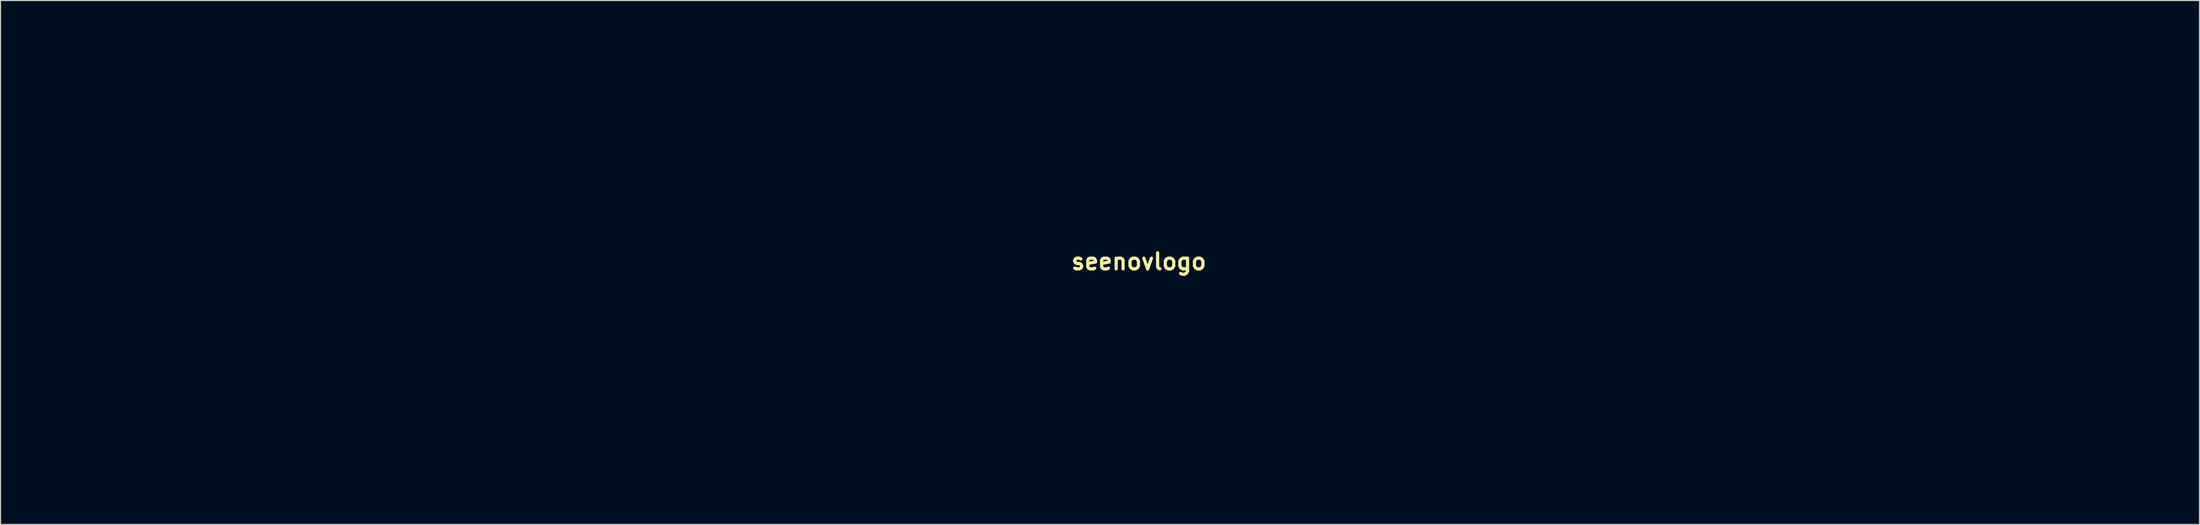
<source format=kicad_pcb>
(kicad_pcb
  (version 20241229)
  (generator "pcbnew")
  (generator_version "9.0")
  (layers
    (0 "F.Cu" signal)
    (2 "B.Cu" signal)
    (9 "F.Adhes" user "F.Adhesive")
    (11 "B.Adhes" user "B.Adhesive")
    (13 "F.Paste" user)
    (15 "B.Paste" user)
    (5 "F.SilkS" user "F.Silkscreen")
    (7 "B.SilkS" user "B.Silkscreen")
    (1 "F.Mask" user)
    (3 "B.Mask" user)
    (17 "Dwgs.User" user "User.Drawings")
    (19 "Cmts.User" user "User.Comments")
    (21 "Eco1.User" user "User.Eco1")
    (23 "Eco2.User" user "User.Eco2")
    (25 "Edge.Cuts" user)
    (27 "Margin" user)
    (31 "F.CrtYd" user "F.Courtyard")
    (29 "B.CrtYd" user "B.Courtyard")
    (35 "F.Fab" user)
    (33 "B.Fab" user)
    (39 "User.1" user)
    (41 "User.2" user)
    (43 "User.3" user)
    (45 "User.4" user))
  (footprint "seenovlogo"
    (layer "F.Cu")
    (at 104.633 21.717)
    (property "Reference" "seenovlogo" (at 0 0 0) (layer "F.SilkS") (effects (font (size 1.524 1.524) (thickness 0.3))))
    (attr through_hole)
    (fp_poly (pts (xy -103.787 19.092) (xy -103.871 19.176) (xy -103.955 19.092) (xy -103.871 19.008) (xy -103.787 19.092)) (stroke (width 0.01) (type solid)) (fill no) (layer "Eco2.User"))
    (fp_poly (pts (xy -101.6 14.719) (xy -101.684 14.803) (xy -101.768 14.719) (xy -101.684 14.634) (xy -101.6 14.719)) (stroke (width 0.01) (type solid)) (fill no) (layer "Eco2.User"))
    (fp_poly (pts (xy -101.264 14.382) (xy -101.348 14.466) (xy -101.432 14.382) (xy -101.348 14.298) (xy -101.264 14.382)) (stroke (width 0.01) (type solid)) (fill no) (layer "Eco2.User"))
    (fp_poly (pts (xy -100.591 16.401) (xy -100.675 16.485) (xy -100.759 16.401) (xy -100.675 16.317) (xy -100.591 16.401)) (stroke (width 0.01) (type solid)) (fill no) (layer "Eco2.User"))
    (fp_poly (pts (xy -98.909 12.195) (xy -98.993 12.279) (xy -99.077 12.195) (xy -98.993 12.111) (xy -98.909 12.195)) (stroke (width 0.01) (type solid)) (fill no) (layer "Eco2.User"))
    (fp_poly (pts (xy -95.04 7.149) (xy -95.124 7.233) (xy -95.208 7.149) (xy -95.124 7.065) (xy -95.04 7.149)) (stroke (width 0.01) (type solid)) (fill no) (layer "Eco2.User"))
    (fp_poly (pts (xy -93.189 10.009) (xy -93.274 10.093) (xy -93.358 10.009) (xy -93.274 9.925) (xy -93.189 10.009)) (stroke (width 0.01) (type solid)) (fill no) (layer "Eco2.User"))
    (fp_poly (pts (xy -92.685 12.868) (xy -92.769 12.952) (xy -92.853 12.868) (xy -92.769 12.784) (xy -92.685 12.868)) (stroke (width 0.01) (type solid)) (fill no) (layer "Eco2.User"))
    (fp_poly (pts (xy -92.517 4.626) (xy -92.601 4.71) (xy -92.685 4.626) (xy -92.601 4.542) (xy -92.517 4.626)) (stroke (width 0.01) (type solid)) (fill no) (layer "Eco2.User"))
    (fp_poly (pts (xy -92.348 3.785) (xy -92.432 3.869) (xy -92.517 3.785) (xy -92.432 3.701) (xy -92.348 3.785)) (stroke (width 0.01) (type solid)) (fill no) (layer "Eco2.User"))
    (fp_poly (pts (xy -91.675 2.944) (xy -91.76 3.028) (xy -91.844 2.944) (xy -91.76 2.86) (xy -91.675 2.944)) (stroke (width 0.01) (type solid)) (fill no) (layer "Eco2.User"))
    (fp_poly (pts (xy -89.993 0.084) (xy -90.077 0.168) (xy -90.162 0.084) (xy -90.077 0) (xy -89.993 0.084)) (stroke (width 0.01) (type solid)) (fill no) (layer "Eco2.User"))
    (fp_poly (pts (xy -89.993 10.681) (xy -90.077 10.766) (xy -90.162 10.681) (xy -90.077 10.597) (xy -89.993 10.681)) (stroke (width 0.01) (type solid)) (fill no) (layer "Eco2.User"))
    (fp_poly (pts (xy -89.321 -0.925) (xy -89.405 -0.841) (xy -89.489 -0.925) (xy -89.405 -1.009) (xy -89.321 -0.925)) (stroke (width 0.01) (type solid)) (fill no) (layer "Eco2.User"))
    (fp_poly (pts (xy -88.984 -10.85) (xy -89.068 -10.766) (xy -89.152 -10.85) (xy -89.068 -10.934) (xy -88.984 -10.85)) (stroke (width 0.01) (type solid)) (fill no) (layer "Eco2.User"))
    (fp_poly (pts (xy -88.648 -7.149) (xy -88.732 -7.065) (xy -88.816 -7.149) (xy -88.732 -7.233) (xy -88.648 -7.149)) (stroke (width 0.01) (type solid)) (fill no) (layer "Eco2.User"))
    (fp_poly (pts (xy -87.807 -8.663) (xy -87.891 -8.579) (xy -87.975 -8.663) (xy -87.891 -8.747) (xy -87.807 -8.663)) (stroke (width 0.01) (type solid)) (fill no) (layer "Eco2.User"))
    (fp_poly (pts (xy -85.956 -1.934) (xy -86.04 -1.85) (xy -86.125 -1.934) (xy -86.04 -2.019) (xy -85.956 -1.934)) (stroke (width 0.01) (type solid)) (fill no) (layer "Eco2.User"))
    (fp_poly (pts (xy -85.283 -9.84) (xy -85.368 -9.756) (xy -85.452 -9.84) (xy -85.368 -9.925) (xy -85.283 -9.84)) (stroke (width 0.01) (type solid)) (fill no) (layer "Eco2.User"))
    (fp_poly (pts (xy -85.283 -7.485) (xy -85.368 -7.401) (xy -85.452 -7.485) (xy -85.368 -7.57) (xy -85.283 -7.485)) (stroke (width 0.01) (type solid)) (fill no) (layer "Eco2.User"))
    (fp_poly (pts (xy -85.115 6.644) (xy -85.199 6.728) (xy -85.283 6.644) (xy -85.199 6.56) (xy -85.115 6.644)) (stroke (width 0.01) (type solid)) (fill no) (layer "Eco2.User"))
    (fp_poly (pts (xy -84.779 10.345) (xy -84.863 10.429) (xy -84.947 10.345) (xy -84.863 10.261) (xy -84.779 10.345)) (stroke (width 0.01) (type solid)) (fill no) (layer "Eco2.User"))
    (fp_poly (pts (xy -84.611 9.84) (xy -84.695 9.925) (xy -84.779 9.84) (xy -84.695 9.756) (xy -84.611 9.84)) (stroke (width 0.01) (type solid)) (fill no) (layer "Eco2.User"))
    (fp_poly (pts (xy -84.274 9.84) (xy -84.358 9.925) (xy -84.442 9.84) (xy -84.358 9.756) (xy -84.274 9.84)) (stroke (width 0.01) (type solid)) (fill no) (layer "Eco2.User"))
    (fp_poly (pts (xy -84.106 10.177) (xy -84.19 10.261) (xy -84.274 10.177) (xy -84.19 10.093) (xy -84.106 10.177)) (stroke (width 0.01) (type solid)) (fill no) (layer "Eco2.User"))
    (fp_poly (pts (xy -83.77 9.84) (xy -83.854 9.925) (xy -83.938 9.84) (xy -83.854 9.756) (xy -83.77 9.84)) (stroke (width 0.01) (type solid)) (fill no) (layer "Eco2.User"))
    (fp_poly (pts (xy -83.601 10.177) (xy -83.685 10.261) (xy -83.77 10.177) (xy -83.685 10.093) (xy -83.601 10.177)) (stroke (width 0.01) (type solid)) (fill no) (layer "Eco2.User"))
    (fp_poly (pts (xy -82.928 8.158) (xy -83.013 8.242) (xy -83.097 8.158) (xy -83.013 8.074) (xy -82.928 8.158)) (stroke (width 0.01) (type solid)) (fill no) (layer "Eco2.User"))
    (fp_poly (pts (xy -80.742 4.626) (xy -80.826 4.71) (xy -80.91 4.626) (xy -80.826 4.542) (xy -80.742 4.626)) (stroke (width 0.01) (type solid)) (fill no) (layer "Eco2.User"))
    (fp_poly (pts (xy -80.742 4.962) (xy -80.826 5.046) (xy -80.91 4.962) (xy -80.826 4.878) (xy -80.742 4.962)) (stroke (width 0.01) (type solid)) (fill no) (layer "Eco2.User"))
    (fp_poly (pts (xy -80.069 -4.458) (xy -80.153 -4.374) (xy -80.237 -4.458) (xy -80.153 -4.542) (xy -80.069 -4.458)) (stroke (width 0.01) (type solid)) (fill no) (layer "Eco2.User"))
    (fp_poly (pts (xy -80.069 3.112) (xy -80.153 3.196) (xy -80.237 3.112) (xy -80.153 3.028) (xy -80.069 3.112)) (stroke (width 0.01) (type solid)) (fill no) (layer "Eco2.User"))
    (fp_poly (pts (xy -79.228 0.421) (xy -79.312 0.505) (xy -79.396 0.421) (xy -79.312 0.336) (xy -79.228 0.421)) (stroke (width 0.01) (type solid)) (fill no) (layer "Eco2.User"))
    (fp_poly (pts (xy -78.555 -9.84) (xy -78.639 -9.756) (xy -78.723 -9.84) (xy -78.639 -9.925) (xy -78.555 -9.84)) (stroke (width 0.01) (type solid)) (fill no) (layer "Eco2.User"))
    (fp_poly (pts (xy -78.219 -10.681) (xy -78.303 -10.597) (xy -78.387 -10.681) (xy -78.303 -10.766) (xy -78.219 -10.681)) (stroke (width 0.01) (type solid)) (fill no) (layer "Eco2.User"))
    (fp_poly (pts (xy -77.714 -7.485) (xy -77.798 -7.401) (xy -77.882 -7.485) (xy -77.798 -7.57) (xy -77.714 -7.485)) (stroke (width 0.01) (type solid)) (fill no) (layer "Eco2.User"))
    (fp_poly (pts (xy -76.873 -4.289) (xy -76.957 -4.205) (xy -77.041 -4.289) (xy -76.957 -4.374) (xy -76.873 -4.289)) (stroke (width 0.01) (type solid)) (fill no) (layer "Eco2.User"))
    (fp_poly (pts (xy -75.527 -11.859) (xy -75.611 -11.775) (xy -75.695 -11.859) (xy -75.611 -11.943) (xy -75.527 -11.859)) (stroke (width 0.01) (type solid)) (fill no) (layer "Eco2.User"))
    (fp_poly (pts (xy -75.191 -12.195) (xy -75.275 -12.111) (xy -75.359 -12.195) (xy -75.275 -12.279) (xy -75.191 -12.195)) (stroke (width 0.01) (type solid)) (fill no) (layer "Eco2.User"))
    (fp_poly (pts (xy -74.686 -6.476) (xy -74.77 -6.392) (xy -74.854 -6.476) (xy -74.77 -6.56) (xy -74.686 -6.476)) (stroke (width 0.01) (type solid)) (fill no) (layer "Eco2.User"))
    (fp_poly (pts (xy -74.181 -10.177) (xy -74.266 -10.093) (xy -74.35 -10.177) (xy -74.266 -10.261) (xy -74.181 -10.177)) (stroke (width 0.01) (type solid)) (fill no) (layer "Eco2.User"))
    (fp_poly (pts (xy -71.658 -12.364) (xy -71.742 -12.279) (xy -71.826 -12.364) (xy -71.742 -12.448) (xy -71.658 -12.364)) (stroke (width 0.01) (type solid)) (fill no) (layer "Eco2.User"))
    (fp_poly (pts (xy -71.658 -10.681) (xy -71.742 -10.597) (xy -71.826 -10.681) (xy -71.742 -10.766) (xy -71.658 -10.681)) (stroke (width 0.01) (type solid)) (fill no) (layer "Eco2.User"))
    (fp_poly (pts (xy -71.154 -12.868) (xy -71.238 -12.784) (xy -71.322 -12.868) (xy -71.238 -12.952) (xy -71.154 -12.868)) (stroke (width 0.01) (type solid)) (fill no) (layer "Eco2.User"))
    (fp_poly (pts (xy -64.93 -15.728) (xy -65.014 -15.644) (xy -65.098 -15.728) (xy -65.014 -15.812) (xy -64.93 -15.728)) (stroke (width 0.01) (type solid)) (fill no) (layer "Eco2.User"))
    (fp_poly (pts (xy -63.248 -18.924) (xy -63.332 -18.84) (xy -63.416 -18.924) (xy -63.332 -19.008) (xy -63.248 -18.924)) (stroke (width 0.01) (type solid)) (fill no) (layer "Eco2.User"))
    (fp_poly (pts (xy -71.893 -10.324) (xy -72.079 -10.093) (xy -72.332 -9.844) (xy -72.467 -9.756) (xy -72.433 -9.861) (xy -72.247 -10.093) (xy -71.994 -10.341) (xy -71.858 -10.429) (xy -71.893 -10.324)) (stroke (width 0.01) (type solid)) (fill no) (layer "Eco2.User"))
    (fp_poly (pts (xy -102.406 15.157) (xy -102.335 15.26) (xy -102.477 15.508) (xy -102.791 15.867) (xy -103.039 15.911) (xy -103.177 15.721) (xy -103.269 15.347) (xy -103.129 15.177) (xy -102.757 15.139) (xy -102.406 15.157)) (stroke (width 0.01) (type solid)) (fill no) (layer "Eco2.User"))
    (fp_poly (pts (xy -96.204 10.661) (xy -96.56 10.967) (xy -96.865 11.101) (xy -97.042 11.037) (xy -97.058 10.954) (xy -96.905 10.693) (xy -96.497 10.446) (xy -96.217 10.345) (xy -95.797 10.219) (xy -96.204 10.661)) (stroke (width 0.01) (type solid)) (fill no) (layer "Eco2.User"))
    (fp_poly (pts (xy -101.182 16.886) (xy -101.107 17.123) (xy -101.196 17.598) (xy -101.201 17.62) (xy -101.359 17.944) (xy -101.563 17.936) (xy -101.775 17.649) (xy -101.891 17.217) (xy -101.75 16.917) (xy -101.437 16.821) (xy -101.182 16.886)) (stroke (width 0.01) (type solid)) (fill no) (layer "Eco2.User"))
    (fp_poly (pts (xy -84.785 4.054) (xy -84.914 4.443) (xy -85.129 4.733) (xy -85.356 4.967) (xy -85.412 4.942) (xy -85.381 4.82) (xy -85.259 4.403) (xy -85.181 4.107) (xy -85.054 3.836) (xy -84.929 3.796) (xy -84.785 4.054)) (stroke (width 0.01) (type solid)) (fill no) (layer "Eco2.User"))
    (fp_poly (pts (xy -77.643 -6.469) (xy -77.837 -6.26) (xy -77.882 -6.224) (xy -78.297 -5.945) (xy -78.513 -5.921) (xy -78.555 -6.05) (xy -78.416 -6.254) (xy -78.095 -6.45) (xy -77.741 -6.554) (xy -77.683 -6.557) (xy -77.643 -6.469)) (stroke (width 0.01) (type solid)) (fill no) (layer "Eco2.User"))
    (fp_poly (pts (xy -73.518 -8.114) (xy -73.509 -8.016) (xy -73.659 -7.678) (xy -74.046 -7.365) (xy -74.574 -7.155) (xy -74.602 -7.149) (xy -75.107 -7.038) (xy -74.478 -7.64) (xy -73.977 -8.072) (xy -73.659 -8.229) (xy -73.518 -8.114)) (stroke (width 0.01) (type solid)) (fill no) (layer "Eco2.User"))
    (fp_poly (pts (xy -90.17 7.238) (xy -90.278 7.533) (xy -90.53 7.913) (xy -90.831 8.212) (xy -91.158 8.392) (xy -91.415 8.417) (xy -91.507 8.275) (xy -91.371 7.973) (xy -91.013 7.603) (xy -90.624 7.318) (xy -90.286 7.16) (xy -90.17 7.238)) (stroke (width 0.01) (type solid)) (fill no) (layer "Eco2.User"))
    (fp_poly (pts (xy -89.831 7.495) (xy -89.916 7.68) (xy -90.115 7.975) (xy -90.355 8.286) (xy -90.562 8.519) (xy -90.664 8.579) (xy -90.665 8.569) (xy -90.575 8.388) (xy -90.347 8.046) (xy -90.246 7.906) (xy -89.993 7.595) (xy -89.847 7.473) (xy -89.831 7.495)) (stroke (width 0.01) (type solid)) (fill no) (layer "Eco2.User"))
    (fp_poly (pts (xy -82.148 6.051) (xy -82.065 6.256) (xy -82.256 6.538) (xy -82.66 6.793) (xy -83.08 6.986) (xy -83.301 7.052) (xy -83.428 7.01) (xy -83.489 6.953) (xy -83.603 6.659) (xy -83.408 6.36) (xy -83.005 6.126) (xy -82.472 5.987) (xy -82.148 6.051)) (stroke (width 0.01) (type solid)) (fill no) (layer "Eco2.User"))
    (fp_poly (pts (xy -69.357 -21.096) (xy -69.33 -21.091) (xy -68.965 -20.954) (xy -68.8 -20.766) (xy -68.799 -20.753) (xy -68.934 -20.582) (xy -69.25 -20.519) (xy -69.609 -20.564) (xy -69.874 -20.71) (xy -69.918 -20.781) (xy -69.964 -21.049) (xy -69.793 -21.146) (xy -69.357 -21.096)) (stroke (width 0.01) (type solid)) (fill no) (layer "Eco2.User"))
    (fp_poly (pts (xy -69.312 -12.663) (xy -69.471 -12.348) (xy -69.716 -11.996) (xy -69.98 -11.683) (xy -70.2 -11.485) (xy -70.31 -11.477) (xy -70.313 -11.502) (xy -70.214 -11.814) (xy -69.972 -12.246) (xy -69.667 -12.664) (xy -69.488 -12.853) (xy -69.134 -13.174) (xy -69.312 -12.663)) (stroke (width 0.01) (type solid)) (fill no) (layer "Eco2.User"))
    (fp_poly (pts (xy -66.584 -19.917) (xy -66.544 -19.61) (xy -66.756 -19.09) (xy -66.801 -19.007) (xy -67.113 -18.523) (xy -67.325 -18.357) (xy -67.436 -18.511) (xy -67.453 -18.745) (xy -67.385 -19.278) (xy -67.212 -19.727) (xy -66.982 -19.989) (xy -66.878 -20.017) (xy -66.584 -19.917)) (stroke (width 0.01) (type solid)) (fill no) (layer "Eco2.User"))
    (fp_poly (pts (xy -103.229 10.878) (xy -102.995 11.169) (xy -103.013 11.572) (xy -103.294 12.02) (xy -103.463 12.18) (xy -103.932 12.52) (xy -104.236 12.582) (xy -104.415 12.356) (xy -104.502 11.901) (xy -104.479 11.278) (xy -104.24 10.905) (xy -103.774 10.767) (xy -103.704 10.766) (xy -103.229 10.878)) (stroke (width 0.01) (type solid)) (fill no) (layer "Eco2.User"))
    (fp_poly (pts (xy -100.705 15.234) (xy -100.906 15.461) (xy -101.215 15.753) (xy -101.555 16.038) (xy -101.847 16.247) (xy -101.992 16.31) (xy -102.08 16.194) (xy -102.064 16.106) (xy -101.878 15.874) (xy -101.516 15.578) (xy -101.104 15.309) (xy -100.766 15.153) (xy -100.692 15.142) (xy -100.705 15.234)) (stroke (width 0.01) (type solid)) (fill no) (layer "Eco2.User"))
    (fp_poly (pts (xy -98.939 13.665) (xy -98.984 13.78) (xy -99.199 13.978) (xy -99.576 14.215) (xy -100.011 14.439) (xy -100.403 14.6) (xy -100.648 14.646) (xy -100.679 14.628) (xy -100.594 14.478) (xy -100.277 14.246) (xy -99.93 14.052) (xy -99.36 13.773) (xy -99.044 13.648) (xy -98.939 13.665)) (stroke (width 0.01) (type solid)) (fill no) (layer "Eco2.User"))
    (fp_poly (pts (xy -89.114 11.315) (xy -88.432 11.386) (xy -88.07 11.498) (xy -88.01 11.661) (xy -88.218 11.873) (xy -88.675 12.051) (xy -89.281 12.103) (xy -89.874 12.029) (xy -90.256 11.862) (xy -90.451 11.617) (xy -90.339 11.434) (xy -89.946 11.327) (xy -89.298 11.306) (xy -89.114 11.315)) (stroke (width 0.01) (type solid)) (fill no) (layer "Eco2.User"))
    (fp_poly (pts (xy -85.298 13.581) (xy -84.66 13.763) (xy -84.153 14.062) (xy -83.851 14.422) (xy -83.802 14.695) (xy -83.987 14.991) (xy -84.385 15.1) (xy -84.928 15.021) (xy -85.534 14.758) (xy -86.053 14.372) (xy -86.279 14.013) (xy -86.221 13.73) (xy -85.889 13.57) (xy -85.298 13.581)) (stroke (width 0.01) (type solid)) (fill no) (layer "Eco2.User"))
    (fp_poly (pts (xy -84.641 -21.69) (xy -84.363 -21.635) (xy -84.309 -21.496) (xy -84.421 -21.235) (xy -84.448 -21.184) (xy -84.76 -20.916) (xy -85.217 -20.887) (xy -85.727 -21.104) (xy -85.751 -21.12) (xy -86.059 -21.392) (xy -86.064 -21.573) (xy -85.755 -21.672) (xy -85.199 -21.699) (xy -84.641 -21.69)) (stroke (width 0.01) (type solid)) (fill no) (layer "Eco2.User"))
    (fp_poly (pts (xy -69.835 9.651) (xy -69.539 10.034) (xy -69.472 10.388) (xy -69.615 10.826) (xy -69.979 11.132) (xy -70.462 11.275) (xy -70.965 11.226) (xy -71.38 10.963) (xy -71.632 10.515) (xy -71.552 10.08) (xy -71.29 9.763) (xy -70.802 9.485) (xy -70.286 9.458) (xy -69.835 9.651)) (stroke (width 0.01) (type solid)) (fill no) (layer "Eco2.User"))
    (fp_poly (pts (xy -67.215 13.862) (xy -66.63 14.121) (xy -66.236 14.588) (xy -66.107 15.124) (xy -66.216 15.631) (xy -66.559 15.909) (xy -67.054 15.98) (xy -67.591 15.856) (xy -67.945 15.537) (xy -68.234 14.99) (xy -68.264 14.482) (xy -68.065 14.083) (xy -67.669 13.862) (xy -67.215 13.862)) (stroke (width 0.01) (type solid)) (fill no) (layer "Eco2.User"))
    (fp_poly (pts (xy -67.18 -15.635) (xy -67.152 -15.512) (xy -67.198 -15.112) (xy -67.388 -14.635) (xy -67.654 -14.219) (xy -67.917 -14.003) (xy -68.108 -14.001) (xy -68.126 -14.037) (xy -68.054 -14.231) (xy -67.868 -14.627) (xy -67.669 -15.019) (xy -67.413 -15.486) (xy -67.261 -15.681) (xy -67.18 -15.635)) (stroke (width 0.01) (type solid)) (fill no) (layer "Eco2.User"))
    (fp_poly (pts (xy -61.524 -13.041) (xy -61.401 -12.777) (xy -61.32 -12.331) (xy -61.243 -11.641) (xy -61.254 -11.245) (xy -61.37 -11.107) (xy -61.609 -11.191) (xy -61.794 -11.316) (xy -61.981 -11.61) (xy -62.058 -12.056) (xy -62.032 -12.531) (xy -61.908 -12.916) (xy -61.709 -13.086) (xy -61.524 -13.041)) (stroke (width 0.01) (type solid)) (fill no) (layer "Eco2.User"))
    (fp_poly (pts (xy -101.84 3.822) (xy -101.505 4.227) (xy -101.376 4.791) (xy -101.548 5.308) (xy -101.835 5.59) (xy -102.237 5.707) (xy -102.755 5.69) (xy -103.212 5.554) (xy -103.354 5.455) (xy -103.602 5) (xy -103.607 4.472) (xy -103.394 3.993) (xy -102.995 3.688) (xy -102.377 3.606) (xy -101.84 3.822)) (stroke (width 0.01) (type solid)) (fill no) (layer "Eco2.User"))
    (fp_poly (pts (xy -99.062 10.591) (xy -98.951 10.845) (xy -99.139 11.195) (xy -99.596 11.598) (xy -100.105 11.941) (xy -100.456 12.083) (xy -100.744 12.043) (xy -101.017 11.876) (xy -101.218 11.578) (xy -101.154 11.237) (xy -100.881 10.903) (xy -100.455 10.63) (xy -99.933 10.47) (xy -99.475 10.458) (xy -99.062 10.591)) (stroke (width 0.01) (type solid)) (fill no) (layer "Eco2.User"))
    (fp_poly (pts (xy -97.619 3.828) (xy -97.235 4.156) (xy -97.077 4.604) (xy -97.181 5.093) (xy -97.395 5.383) (xy -97.855 5.647) (xy -98.412 5.711) (xy -98.925 5.573) (xy -99.135 5.412) (xy -99.403 4.92) (xy -99.38 4.433) (xy -99.106 4.022) (xy -98.621 3.759) (xy -98.19 3.701) (xy -97.619 3.828)) (stroke (width 0.01) (type solid)) (fill no) (layer "Eco2.User"))
    (fp_poly (pts (xy -97.593 14.216) (xy -97.64 14.472) (xy -97.973 14.895) (xy -98.243 15.165) (xy -98.8 15.609) (xy -99.262 15.803) (xy -99.589 15.735) (xy -99.663 15.648) (xy -99.663 15.362) (xy -99.429 15.008) (xy -99.035 14.647) (xy -98.556 14.343) (xy -98.069 14.158) (xy -97.832 14.13) (xy -97.593 14.216)) (stroke (width 0.01) (type solid)) (fill no) (layer "Eco2.User"))
    (fp_poly (pts (xy -97.056 12.312) (xy -97.067 12.385) (xy -97.339 12.536) (xy -97.711 12.71) (xy -98.257 12.955) (xy -98.565 13.078) (xy -98.703 13.095) (xy -98.739 13.021) (xy -98.74 12.957) (xy -98.594 12.751) (xy -98.233 12.537) (xy -97.771 12.365) (xy -97.324 12.289) (xy -97.277 12.289) (xy -97.056 12.312)) (stroke (width 0.01) (type solid)) (fill no) (layer "Eco2.User"))
    (fp_poly (pts (xy -96.461 16.492) (xy -96.093 16.836) (xy -95.895 17.308) (xy -95.927 17.858) (xy -96.143 18.298) (xy -96.537 18.597) (xy -97.072 18.686) (xy -97.626 18.565) (xy -98.038 18.282) (xy -98.354 17.762) (xy -98.333 17.236) (xy -97.991 16.729) (xy -97.469 16.388) (xy -96.939 16.325) (xy -96.461 16.492)) (stroke (width 0.01) (type solid)) (fill no) (layer "Eco2.User"))
    (fp_poly (pts (xy -93.904 20.655) (xy -93.51 20.966) (xy -93.306 21.374) (xy -93.291 21.556) (xy -93.414 21.654) (xy -93.748 21.693) (xy -94.204 21.699) (xy -94.747 21.678) (xy -95.138 21.622) (xy -95.272 21.564) (xy -95.267 21.328) (xy -95.152 21.017) (xy -94.822 20.662) (xy -94.374 20.547) (xy -93.904 20.655)) (stroke (width 0.01) (type solid)) (fill no) (layer "Eco2.User"))
    (fp_poly (pts (xy -90.778 -2.293) (xy -90.487 -2.181) (xy -90.201 -1.91) (xy -90.241 -1.591) (xy -90.601 -1.245) (xy -90.708 -1.176) (xy -91.399 -0.892) (xy -92.027 -0.9) (xy -92.401 -1.083) (xy -92.606 -1.31) (xy -92.544 -1.572) (xy -92.495 -1.655) (xy -92.039 -2.095) (xy -91.425 -2.319) (xy -90.778 -2.293)) (stroke (width 0.01) (type solid)) (fill no) (layer "Eco2.User"))
    (fp_poly (pts (xy -90.278 4.029) (xy -90.338 4.111) (xy -90.491 4.341) (xy -90.41 4.368) (xy -90.264 4.317) (xy -90.049 4.261) (xy -90.107 4.39) (xy -90.158 4.454) (xy -90.424 4.682) (xy -90.584 4.649) (xy -90.599 4.456) (xy -90.447 4.129) (xy -90.328 3.993) (xy -90.196 3.893) (xy -90.278 4.029)) (stroke (width 0.01) (type solid)) (fill no) (layer "Eco2.User"))
    (fp_poly (pts (xy -88.552 0.419) (xy -88.131 0.538) (xy -87.926 0.72) (xy -87.953 1.103) (xy -88.251 1.496) (xy -88.644 1.764) (xy -89.168 1.98) (xy -89.563 1.976) (xy -89.902 1.792) (xy -90.119 1.46) (xy -90.087 1.052) (xy -89.838 0.679) (xy -89.528 0.488) (xy -89.06 0.396) (xy -88.552 0.419)) (stroke (width 0.01) (type solid)) (fill no) (layer "Eco2.User"))
    (fp_poly (pts (xy -85.606 -6.816) (xy -85.105 -6.695) (xy -84.746 -6.502) (xy -84.641 -6.342) (xy -84.738 -6.068) (xy -85.073 -5.831) (xy -85.546 -5.659) (xy -86.058 -5.579) (xy -86.511 -5.618) (xy -86.764 -5.753) (xy -86.956 -6.137) (xy -86.854 -6.519) (xy -86.571 -6.747) (xy -86.133 -6.841) (xy -85.606 -6.816)) (stroke (width 0.01) (type solid)) (fill no) (layer "Eco2.User"))
    (fp_poly (pts (xy -84.131 11.97) (xy -83.689 12.2) (xy -83.45 12.49) (xy -83.433 12.589) (xy -83.564 12.942) (xy -83.95 13.086) (xy -84.576 13.018) (xy -84.832 12.95) (xy -85.399 12.709) (xy -85.713 12.43) (xy -85.759 12.159) (xy -85.519 11.94) (xy -85.227 11.853) (xy -84.677 11.841) (xy -84.131 11.97)) (stroke (width 0.01) (type solid)) (fill no) (layer "Eco2.User"))
    (fp_poly (pts (xy -83.682 -4.265) (xy -83.435 -4.086) (xy -83.484 -3.882) (xy -83.793 -3.683) (xy -84.328 -3.518) (xy -84.653 -3.459) (xy -85.155 -3.409) (xy -85.399 -3.455) (xy -85.452 -3.57) (xy -85.306 -3.757) (xy -84.944 -3.965) (xy -84.479 -4.149) (xy -84.027 -4.266) (xy -83.699 -4.271) (xy -83.682 -4.265)) (stroke (width 0.01) (type solid)) (fill no) (layer "Eco2.User"))
    (fp_poly (pts (xy -81.428 8.982) (xy -81.187 9.243) (xy -81.162 9.42) (xy -81.189 9.662) (xy -81.324 9.795) (xy -81.649 9.859) (xy -82.094 9.89) (xy -82.629 9.897) (xy -83.019 9.864) (xy -83.145 9.82) (xy -83.262 9.542) (xy -83.051 9.286) (xy -82.625 9.094) (xy -81.913 8.932) (xy -81.428 8.982)) (stroke (width 0.01) (type solid)) (fill no) (layer "Eco2.User"))
    (fp_poly (pts (xy -80.812 -6.248) (xy -80.344 -6.035) (xy -80.837 -5.71) (xy -81.236 -5.525) (xy -81.703 -5.413) (xy -82.143 -5.381) (xy -82.459 -5.435) (xy -82.556 -5.581) (xy -82.553 -5.593) (xy -82.372 -5.802) (xy -82.006 -6.061) (xy -81.882 -6.132) (xy -81.447 -6.334) (xy -81.123 -6.358) (xy -80.812 -6.248)) (stroke (width 0.01) (type solid)) (fill no) (layer "Eco2.User"))
    (fp_poly (pts (xy -80.229 -12.334) (xy -79.772 -12.02) (xy -79.57 -11.542) (xy -79.564 -11.438) (xy -79.704 -10.938) (xy -80.07 -10.6) (xy -80.578 -10.45) (xy -81.147 -10.514) (xy -81.644 -10.778) (xy -82.001 -11.214) (xy -82.064 -11.67) (xy -81.867 -12.073) (xy -81.439 -12.356) (xy -80.892 -12.448) (xy -80.229 -12.334)) (stroke (width 0.01) (type solid)) (fill no) (layer "Eco2.User"))
    (fp_poly (pts (xy -79.499 -0.369) (xy -79.412 -0.052) (xy -79.553 0.331) (xy -79.903 0.711) (xy -80.234 0.923) (xy -80.831 1.153) (xy -81.229 1.121) (xy -81.302 1.065) (xy -81.407 0.757) (xy -81.278 0.371) (xy -80.979 -0.023) (xy -80.578 -0.35) (xy -80.139 -0.539) (xy -79.834 -0.549) (xy -79.499 -0.369)) (stroke (width 0.01) (type solid)) (fill no) (layer "Eco2.User"))
    (fp_poly (pts (xy -78.765 11.074) (xy -78.471 11.22) (xy -78.38 11.53) (xy -78.491 11.897) (xy -78.761 12.186) (xy -79.041 12.371) (xy -79.251 12.42) (xy -79.535 12.336) (xy -79.838 12.205) (xy -80.341 11.91) (xy -80.534 11.622) (xy -80.441 11.368) (xy -80.089 11.175) (xy -79.503 11.069) (xy -78.765 11.074)) (stroke (width 0.01) (type solid)) (fill no) (layer "Eco2.User"))
    (fp_poly (pts (xy -78.178 4.941) (xy -77.941 5.104) (xy -77.949 5.39) (xy -78.239 5.758) (xy -78.5 5.959) (xy -79.065 6.285) (xy -79.492 6.377) (xy -79.864 6.25) (xy -79.877 6.242) (xy -80.038 5.989) (xy -79.93 5.664) (xy -79.59 5.333) (xy -79.245 5.138) (xy -78.625 4.939) (xy -78.178 4.941)) (stroke (width 0.01) (type solid)) (fill no) (layer "Eco2.User"))
    (fp_poly (pts (xy -77.425 9.001) (xy -77.243 9.117) (xy -77.052 9.458) (xy -77.195 9.764) (xy -77.624 10.017) (xy -78.166 10.209) (xy -78.549 10.233) (xy -78.904 10.096) (xy -78.933 10.079) (xy -79.194 9.825) (xy -79.141 9.527) (xy -78.866 9.229) (xy -78.426 9.001) (xy -77.897 8.922) (xy -77.425 9.001)) (stroke (width 0.01) (type solid)) (fill no) (layer "Eco2.User"))
    (fp_poly (pts (xy -76.86 2.038) (xy -76.724 2.355) (xy -76.858 2.784) (xy -77.184 3.197) (xy -77.626 3.517) (xy -78.107 3.689) (xy -78.531 3.696) (xy -78.798 3.522) (xy -78.819 3.477) (xy -78.834 3.019) (xy -78.599 2.554) (xy -78.189 2.161) (xy -77.683 1.917) (xy -77.262 1.88) (xy -76.86 2.038)) (stroke (width 0.01) (type solid)) (fill no) (layer "Eco2.User"))
    (fp_poly (pts (xy -74.494 4.07) (xy -74.37 4.225) (xy -74.381 4.483) (xy -74.577 4.923) (xy -74.986 5.31) (xy -75.495 5.575) (xy -75.992 5.646) (xy -76.158 5.606) (xy -76.322 5.392) (xy -76.368 5.128) (xy -76.217 4.722) (xy -75.83 4.358) (xy -75.307 4.108) (xy -74.859 4.037) (xy -74.494 4.07)) (stroke (width 0.01) (type solid)) (fill no) (layer "Eco2.User"))
    (fp_poly (pts (xy -72.27 -7.265) (xy -72.219 -7.026) (xy -72.372 -6.691) (xy -72.726 -6.313) (xy -73.064 -6.071) (xy -73.652 -5.782) (xy -74.071 -5.74) (xy -74.257 -5.873) (xy -74.225 -6.108) (xy -73.991 -6.449) (xy -73.631 -6.814) (xy -73.22 -7.121) (xy -72.998 -7.236) (xy -72.529 -7.353) (xy -72.27 -7.265)) (stroke (width 0.01) (type solid)) (fill no) (layer "Eco2.User"))
    (fp_poly (pts (xy -71.492 16.068) (xy -71.037 16.387) (xy -70.686 16.796) (xy -70.51 17.228) (xy -70.582 17.619) (xy -70.926 17.885) (xy -71.418 17.952) (xy -71.911 17.807) (xy -72.42 17.412) (xy -72.727 16.951) (xy -72.813 16.496) (xy -72.656 16.119) (xy -72.426 15.955) (xy -71.979 15.902) (xy -71.492 16.068)) (stroke (width 0.01) (type solid)) (fill no) (layer "Eco2.User"))
    (fp_poly (pts (xy -71.218 12.69) (xy -70.667 12.945) (xy -70.306 13.342) (xy -70.173 13.801) (xy -70.304 14.244) (xy -70.409 14.37) (xy -70.862 14.607) (xy -71.407 14.555) (xy -71.888 14.286) (xy -72.243 13.854) (xy -72.334 13.395) (xy -72.195 12.99) (xy -71.859 12.719) (xy -71.359 12.663) (xy -71.218 12.69)) (stroke (width 0.01) (type solid)) (fill no) (layer "Eco2.User"))
    (fp_poly (pts (xy -70.983 3.251) (xy -70.736 3.562) (xy -70.711 3.645) (xy -70.744 4.09) (xy -71.012 4.497) (xy -71.427 4.815) (xy -71.905 4.996) (xy -72.36 4.988) (xy -72.672 4.788) (xy -72.776 4.431) (xy -72.604 4.013) (xy -72.194 3.606) (xy -71.998 3.477) (xy -71.407 3.222) (xy -70.983 3.251)) (stroke (width 0.01) (type solid)) (fill no) (layer "Eco2.User"))
    (fp_poly (pts (xy -70.419 -5.787) (xy -70.295 -5.517) (xy -70.418 -5.129) (xy -70.784 -4.673) (xy -70.907 -4.559) (xy -71.431 -4.199) (xy -71.905 -4.05) (xy -72.26 -4.124) (xy -72.397 -4.302) (xy -72.389 -4.705) (xy -72.14 -5.141) (xy -71.725 -5.533) (xy -71.223 -5.806) (xy -70.795 -5.887) (xy -70.419 -5.787)) (stroke (width 0.01) (type solid)) (fill no) (layer "Eco2.User"))
    (fp_poly (pts (xy -69.77 -14.328) (xy -69.717 -14.05) (xy -69.902 -13.615) (xy -70.302 -13.073) (xy -70.449 -12.91) (xy -70.817 -12.555) (xy -71.013 -12.476) (xy -71.056 -12.671) (xy -71.03 -12.849) (xy -70.885 -13.225) (xy -70.622 -13.642) (xy -70.307 -14.021) (xy -70.009 -14.282) (xy -69.796 -14.345) (xy -69.77 -14.328)) (stroke (width 0.01) (type solid)) (fill no) (layer "Eco2.User"))
    (fp_poly (pts (xy -69.201 -8.977) (xy -69.151 -8.685) (xy -69.338 -8.252) (xy -69.657 -7.828) (xy -70.079 -7.449) (xy -70.487 -7.249) (xy -70.81 -7.242) (xy -70.977 -7.443) (xy -70.985 -7.537) (xy -70.861 -7.881) (xy -70.55 -8.305) (xy -70.147 -8.71) (xy -69.746 -9) (xy -69.491 -9.083) (xy -69.201 -8.977)) (stroke (width 0.01) (type solid)) (fill no) (layer "Eco2.User"))
    (fp_poly (pts (xy -68.632 6.378) (xy -68.464 6.82) (xy -68.462 6.877) (xy -68.608 7.376) (xy -68.978 7.766) (xy -69.471 7.989) (xy -69.986 7.983) (xy -70.186 7.897) (xy -70.461 7.574) (xy -70.486 7.151) (xy -70.293 6.711) (xy -69.914 6.338) (xy -69.52 6.15) (xy -69.013 6.135) (xy -68.632 6.378)) (stroke (width 0.01) (type solid)) (fill no) (layer "Eco2.User"))
    (fp_poly (pts (xy -68.354 -18.045) (xy -68.326 -17.666) (xy -68.442 -17.182) (xy -68.694 -16.657) (xy -69.057 -16.177) (xy -69.396 -15.831) (xy -69.574 -15.718) (xy -69.644 -15.813) (xy -69.653 -15.896) (xy -69.631 -16.747) (xy -69.464 -17.472) (xy -69.175 -17.999) (xy -68.861 -18.236) (xy -68.53 -18.257) (xy -68.354 -18.045)) (stroke (width 0.01) (type solid)) (fill no) (layer "Eco2.User"))
    (fp_poly (pts (xy -65.264 -18.193) (xy -65.209 -17.831) (xy -65.272 -17.343) (xy -65.422 -16.893) (xy -65.704 -16.342) (xy -65.925 -16.086) (xy -66.071 -16.132) (xy -66.127 -16.433) (xy -66.129 -16.911) (xy -66.111 -17.229) (xy -66.003 -17.589) (xy -65.796 -17.975) (xy -65.568 -18.262) (xy -65.435 -18.335) (xy -65.264 -18.193)) (stroke (width 0.01) (type solid)) (fill no) (layer "Eco2.User"))
    (fp_poly (pts (xy -61.946 6.721) (xy -61.61 7.134) (xy -61.568 7.226) (xy -61.464 7.793) (xy -61.591 8.298) (xy -61.888 8.686) (xy -62.294 8.904) (xy -62.748 8.897) (xy -63.16 8.642) (xy -63.377 8.212) (xy -63.373 7.673) (xy -63.166 7.154) (xy -62.889 6.854) (xy -62.383 6.625) (xy -61.946 6.721)) (stroke (width 0.01) (type solid)) (fill no) (layer "Eco2.User"))
    (fp_poly (pts (xy -61.126 2.942) (xy -61.063 3.509) (xy -61.061 3.701) (xy -61.071 4.261) (xy -61.121 4.564) (xy -61.242 4.687) (xy -61.448 4.71) (xy -61.843 4.627) (xy -62.037 4.508) (xy -62.224 4.103) (xy -62.149 3.588) (xy -61.89 3.135) (xy -61.531 2.76) (xy -61.279 2.694) (xy -61.126 2.942)) (stroke (width 0.01) (type solid)) (fill no) (layer "Eco2.User"))
    (fp_poly (pts (xy -103.644 -4.667) (xy -103.253 -4.321) (xy -103.139 -3.836) (xy -103.277 -3.375) (xy -103.519 -3.09) (xy -103.878 -2.825) (xy -104.241 -2.648) (xy -104.496 -2.624) (xy -104.522 -2.642) (xy -104.58 -2.855) (xy -104.618 -3.297) (xy -104.628 -3.711) (xy -104.58 -4.371) (xy -104.417 -4.733) (xy -104.113 -4.823) (xy -103.644 -4.667)) (stroke (width 0.01) (type solid)) (fill no) (layer "Eco2.User"))
    (fp_poly (pts (xy -101.265 -0.123) (xy -100.961 0.034) (xy -100.741 0.437) (xy -100.789 0.867) (xy -101.045 1.271) (xy -101.449 1.596) (xy -101.942 1.791) (xy -102.464 1.801) (xy -102.82 1.669) (xy -103.06 1.357) (xy -103.1 0.903) (xy -102.947 0.432) (xy -102.746 0.175) (xy -102.319 -0.062) (xy -101.777 -0.165) (xy -101.265 -0.123)) (stroke (width 0.01) (type solid)) (fill no) (layer "Eco2.User"))
    (fp_poly (pts (xy -100.759 13.018) (xy -100.692 13.093) (xy -100.708 13.353) (xy -100.955 13.689) (xy -101.361 14.022) (xy -101.662 14.192) (xy -102.186 14.409) (xy -102.501 14.44) (xy -102.682 14.285) (xy -102.727 14.188) (xy -102.693 13.869) (xy -102.423 13.536) (xy -102.007 13.237) (xy -101.531 13.019) (xy -101.086 12.93) (xy -100.759 13.018)) (stroke (width 0.01) (type solid)) (fill no) (layer "Eco2.User"))
    (fp_poly (pts (xy -99.445 -19.053) (xy -99.413 -18.587) (xy -99.536 -17.912) (xy -99.862 -17.424) (xy -100.329 -17.162) (xy -100.874 -17.164) (xy -101.358 -17.404) (xy -101.511 -17.544) (xy -101.532 -17.691) (xy -101.386 -17.907) (xy -101.042 -18.256) (xy -100.788 -18.498) (xy -100.206 -19.017) (xy -99.81 -19.281) (xy -99.567 -19.292) (xy -99.445 -19.053)) (stroke (width 0.01) (type solid)) (fill no) (layer "Eco2.User"))
    (fp_poly (pts (xy -96.865 0.22) (xy -96.51 0.476) (xy -96.385 0.953) (xy -96.551 1.354) (xy -97.013 1.76) (xy -97.49 2.059) (xy -97.817 2.164) (xy -98.109 2.088) (xy -98.367 1.925) (xy -98.684 1.51) (xy -98.74 1.159) (xy -98.681 0.789) (xy -98.44 0.548) (xy -98.157 0.412) (xy -97.424 0.196) (xy -96.865 0.22)) (stroke (width 0.01) (type solid)) (fill no) (layer "Eco2.User"))
    (fp_poly (pts (xy -93.93 12.654) (xy -93.557 12.914) (xy -93.455 13.193) (xy -93.646 13.426) (xy -93.658 13.433) (xy -94.022 13.559) (xy -94.52 13.661) (xy -95.031 13.724) (xy -95.433 13.731) (xy -95.595 13.687) (xy -95.713 13.391) (xy -95.507 13.083) (xy -95.014 12.791) (xy -94.489 12.601) (xy -94.111 12.592) (xy -93.93 12.654)) (stroke (width 0.01) (type solid)) (fill no) (layer "Eco2.User"))
    (fp_poly (pts (xy -93.417 3.824) (xy -93.006 4.173) (xy -92.853 4.715) (xy -92.853 4.739) (xy -92.996 5.218) (xy -93.361 5.553) (xy -93.856 5.713) (xy -94.387 5.67) (xy -94.861 5.393) (xy -94.872 5.383) (xy -95.161 4.908) (xy -95.162 4.427) (xy -94.912 4.018) (xy -94.448 3.756) (xy -94.047 3.701) (xy -93.417 3.824)) (stroke (width 0.01) (type solid)) (fill no) (layer "Eco2.User"))
    (fp_poly (pts (xy -92.925 14.732) (xy -92.39 14.99) (xy -92.017 15.353) (xy -91.859 15.765) (xy -91.968 16.173) (xy -92.014 16.235) (xy -92.37 16.43) (xy -92.905 16.471) (xy -93.504 16.363) (xy -93.988 16.15) (xy -94.422 15.752) (xy -94.557 15.327) (xy -94.414 14.951) (xy -94.014 14.698) (xy -93.568 14.634) (xy -92.925 14.732)) (stroke (width 0.01) (type solid)) (fill no) (layer "Eco2.User"))
    (fp_poly (pts (xy -92.664 0.304) (xy -92.586 0.344) (xy -92.246 0.657) (xy -92.17 1.035) (xy -92.31 1.422) (xy -92.615 1.764) (xy -93.038 2.005) (xy -93.528 2.09) (xy -94.033 1.965) (xy -94.401 1.657) (xy -94.459 1.284) (xy -94.213 0.886) (xy -93.722 0.529) (xy -93.253 0.295) (xy -92.942 0.226) (xy -92.664 0.304)) (stroke (width 0.01) (type solid)) (fill no) (layer "Eco2.User"))
    (fp_poly (pts (xy -91.38 9.659) (xy -91.391 9.841) (xy -91.6 10.079) (xy -91.904 10.279) (xy -92.133 10.348) (xy -92.528 10.42) (xy -92.846 10.508) (xy -93.128 10.585) (xy -93.155 10.501) (xy -92.993 10.241) (xy -92.643 9.927) (xy -92.323 9.832) (xy -91.913 9.771) (xy -91.702 9.689) (xy -91.451 9.627) (xy -91.38 9.659)) (stroke (width 0.01) (type solid)) (fill no) (layer "Eco2.User"))
    (fp_poly (pts (xy -87.037 -11.195) (xy -86.665 -10.987) (xy -86.271 -10.558) (xy -86.163 -10.125) (xy -86.295 -9.735) (xy -86.62 -9.435) (xy -87.093 -9.273) (xy -87.668 -9.298) (xy -88.14 -9.468) (xy -88.51 -9.786) (xy -88.721 -10.142) (xy -88.751 -10.619) (xy -88.526 -10.993) (xy -88.117 -11.233) (xy -87.596 -11.311) (xy -87.037 -11.195)) (stroke (width 0.01) (type solid)) (fill no) (layer "Eco2.User"))
    (fp_poly (pts (xy -86.835 10.249) (xy -86.797 10.42) (xy -86.948 10.749) (xy -87.359 10.966) (xy -87.967 11.054) (xy -88.708 10.995) (xy -88.774 10.983) (xy -89.101 10.838) (xy -89.146 10.641) (xy -88.933 10.477) (xy -88.606 10.425) (xy -88.053 10.382) (xy -87.46 10.282) (xy -87.428 10.275) (xy -87.016 10.2) (xy -86.835 10.249)) (stroke (width 0.01) (type solid)) (fill no) (layer "Eco2.User"))
    (fp_poly (pts (xy -83.426 7.83) (xy -83.518 8.046) (xy -83.784 8.294) (xy -83.812 8.313) (xy -84.203 8.491) (xy -84.683 8.612) (xy -85.149 8.664) (xy -85.495 8.634) (xy -85.62 8.523) (xy -85.475 8.393) (xy -85.108 8.212) (xy -84.621 8.019) (xy -84.116 7.853) (xy -83.695 7.752) (xy -83.551 7.738) (xy -83.426 7.83)) (stroke (width 0.01) (type solid)) (fill no) (layer "Eco2.User"))
    (fp_poly (pts (xy -83.086 10.464) (xy -82.599 10.634) (xy -82.5 10.714) (xy -82.32 10.936) (xy -82.376 11.113) (xy -82.59 11.303) (xy -82.957 11.529) (xy -83.349 11.578) (xy -83.885 11.456) (xy -84.093 11.387) (xy -84.566 11.157) (xy -84.726 10.919) (xy -84.564 10.697) (xy -84.361 10.598) (xy -83.714 10.449) (xy -83.086 10.464)) (stroke (width 0.01) (type solid)) (fill no) (layer "Eco2.User"))
    (fp_poly (pts (xy -79.691 -16.18) (xy -79.166 -15.823) (xy -78.816 -15.329) (xy -78.723 -14.905) (xy -78.817 -14.354) (xy -79.124 -14.052) (xy -79.67 -13.962) (xy -80.091 -14.034) (xy -80.466 -14.297) (xy -80.729 -14.589) (xy -81.125 -15.203) (xy -81.236 -15.712) (xy -81.069 -16.084) (xy -80.633 -16.288) (xy -80.3 -16.317) (xy -79.691 -16.18)) (stroke (width 0.01) (type solid)) (fill no) (layer "Eco2.User"))
    (fp_poly (pts (xy -76.625 17.082) (xy -76.098 17.27) (xy -75.594 17.578) (xy -75.249 17.93) (xy -75.04 18.445) (xy -75.103 18.846) (xy -75.382 19.087) (xy -75.82 19.122) (xy -76.361 18.905) (xy -76.413 18.871) (xy -76.933 18.433) (xy -77.264 17.969) (xy -77.385 17.543) (xy -77.273 17.214) (xy -77.045 17.075) (xy -76.625 17.082)) (stroke (width 0.01) (type solid)) (fill no) (layer "Eco2.User"))
    (fp_poly (pts (xy -76.08 6.638) (xy -75.93 6.758) (xy -75.771 7.095) (xy -75.794 7.293) (xy -76.058 7.605) (xy -76.518 7.879) (xy -77.037 8.052) (xy -77.474 8.065) (xy -77.519 8.051) (xy -77.829 7.83) (xy -77.843 7.537) (xy -77.582 7.208) (xy -77.068 6.879) (xy -76.736 6.731) (xy -76.329 6.602) (xy -76.08 6.638)) (stroke (width 0.01) (type solid)) (fill no) (layer "Eco2.User"))
    (fp_poly (pts (xy -75.918 -1.484) (xy -75.515 -1.341) (xy -75.405 -1.051) (xy -75.587 -0.635) (xy -75.918 -0.249) (xy -76.408 0.126) (xy -76.911 0.327) (xy -77.345 0.337) (xy -77.625 0.142) (xy -77.654 0.083) (xy -77.642 -0.309) (xy -77.389 -0.733) (xy -76.975 -1.119) (xy -76.478 -1.395) (xy -75.978 -1.489) (xy -75.918 -1.484)) (stroke (width 0.01) (type solid)) (fill no) (layer "Eco2.User"))
    (fp_poly (pts (xy -75.758 20.447) (xy -75.387 20.681) (xy -75.002 20.986) (xy -74.686 21.291) (xy -74.523 21.526) (xy -74.531 21.6) (xy -74.886 21.763) (xy -75.383 21.793) (xy -75.852 21.69) (xy -75.99 21.614) (xy -76.264 21.293) (xy -76.381 20.907) (xy -76.337 20.562) (xy -76.127 20.367) (xy -76.029 20.354) (xy -75.758 20.447)) (stroke (width 0.01) (type solid)) (fill no) (layer "Eco2.User"))
    (fp_poly (pts (xy -75.733 14.407) (xy -75.222 14.701) (xy -74.911 15.151) (xy -74.854 15.47) (xy -74.967 15.92) (xy -75.282 16.126) (xy -75.76 16.081) (xy -76.365 15.777) (xy -76.385 15.763) (xy -76.791 15.413) (xy -76.948 15.037) (xy -76.957 14.88) (xy -76.92 14.543) (xy -76.74 14.39) (xy -76.359 14.332) (xy -75.733 14.407)) (stroke (width 0.01) (type solid)) (fill no) (layer "Eco2.User"))
    (fp_poly (pts (xy -75.225 -15.562) (xy -74.686 -15.352) (xy -74.416 -15.02) (xy -74.35 -14.562) (xy -74.463 -13.935) (xy -74.816 -13.537) (xy -75.361 -13.354) (xy -75.848 -13.338) (xy -76.18 -13.516) (xy -76.244 -13.581) (xy -76.483 -14.048) (xy -76.484 -14.568) (xy -76.29 -15.054) (xy -75.945 -15.422) (xy -75.492 -15.586) (xy -75.225 -15.562)) (stroke (width 0.01) (type solid)) (fill no) (layer "Eco2.User"))
    (fp_poly (pts (xy -74.941 11.858) (xy -74.478 12.072) (xy -74.209 12.395) (xy -74.186 12.774) (xy -74.383 13.087) (xy -74.727 13.239) (xy -75.233 13.275) (xy -75.75 13.198) (xy -76.086 13.045) (xy -76.327 12.663) (xy -76.339 12.336) (xy -76.27 12.034) (xy -76.088 11.884) (xy -75.693 11.817) (xy -75.552 11.806) (xy -74.941 11.858)) (stroke (width 0.01) (type solid)) (fill no) (layer "Eco2.User"))
    (fp_poly (pts (xy -73.617 9.227) (xy -73.542 9.285) (xy -73.358 9.664) (xy -73.396 10.091) (xy -73.64 10.409) (xy -73.666 10.423) (xy -74.139 10.556) (xy -74.719 10.573) (xy -75.149 10.486) (xy -75.327 10.259) (xy -75.355 9.881) (xy -75.247 9.496) (xy -75.034 9.258) (xy -74.556 9.112) (xy -74.032 9.103) (xy -73.617 9.227)) (stroke (width 0.01) (type solid)) (fill no) (layer "Eco2.User"))
    (fp_poly (pts (xy -73.014 1.019) (xy -72.865 1.321) (xy -73.001 1.75) (xy -73.316 2.16) (xy -73.763 2.54) (xy -74.232 2.683) (xy -74.417 2.691) (xy -74.82 2.665) (xy -74.988 2.531) (xy -75.023 2.207) (xy -75.023 2.202) (xy -74.871 1.689) (xy -74.483 1.242) (xy -73.959 0.944) (xy -73.443 0.874) (xy -73.014 1.019)) (stroke (width 0.01) (type solid)) (fill no) (layer "Eco2.User"))
    (fp_poly (pts (xy -72.308 6.351) (xy -72.244 6.395) (xy -72.031 6.73) (xy -72.085 7.093) (xy -72.346 7.436) (xy -72.754 7.71) (xy -73.249 7.866) (xy -73.769 7.856) (xy -73.971 7.795) (xy -74.152 7.575) (xy -74.181 7.413) (xy -74.037 7.04) (xy -73.675 6.692) (xy -73.196 6.425) (xy -72.706 6.294) (xy -72.308 6.351)) (stroke (width 0.01) (type solid)) (fill no) (layer "Eco2.User"))
    (fp_poly (pts (xy -72.263 -12.476) (xy -72.082 -12.172) (xy -72.084 -11.922) (xy -72.288 -11.66) (xy -72.662 -11.33) (xy -73.092 -11.018) (xy -73.466 -10.807) (xy -73.62 -10.766) (xy -73.805 -10.905) (xy -73.845 -11.09) (xy -73.736 -11.382) (xy -73.467 -11.779) (xy -73.121 -12.183) (xy -72.783 -12.495) (xy -72.542 -12.616) (xy -72.263 -12.476)) (stroke (width 0.01) (type solid)) (fill no) (layer "Eco2.User"))
    (fp_poly (pts (xy -71.938 -2.641) (xy -71.708 -2.398) (xy -71.666 -1.994) (xy -71.802 -1.542) (xy -72.055 -1.2) (xy -72.497 -0.902) (xy -72.993 -0.734) (xy -73.441 -0.712) (xy -73.74 -0.852) (xy -73.786 -0.93) (xy -73.778 -1.333) (xy -73.536 -1.782) (xy -73.14 -2.205) (xy -72.668 -2.526) (xy -72.201 -2.674) (xy -71.938 -2.641)) (stroke (width 0.01) (type solid)) (fill no) (layer "Eco2.User"))
    (fp_poly (pts (xy -68.142 -12.315) (xy -68.113 -11.985) (xy -68.206 -11.556) (xy -68.405 -11.127) (xy -68.578 -10.901) (xy -68.961 -10.59) (xy -69.318 -10.441) (xy -69.568 -10.473) (xy -69.634 -10.639) (xy -69.53 -10.98) (xy -69.279 -11.427) (xy -68.953 -11.883) (xy -68.621 -12.253) (xy -68.355 -12.441) (xy -68.312 -12.448) (xy -68.142 -12.315)) (stroke (width 0.01) (type solid)) (fill no) (layer "Eco2.User"))
    (fp_poly (pts (xy -67.337 17.749) (xy -66.793 18.098) (xy -66.426 18.492) (xy -66.286 18.932) (xy -66.275 19.173) (xy -66.389 19.705) (xy -66.693 19.992) (xy -67.131 20.019) (xy -67.647 19.771) (xy -67.851 19.603) (xy -68.309 19.044) (xy -68.503 18.517) (xy -68.467 18.073) (xy -68.237 17.764) (xy -67.849 17.639) (xy -67.337 17.749)) (stroke (width 0.01) (type solid)) (fill no) (layer "Eco2.User"))
    (fp_poly (pts (xy -67.296 2.723) (xy -67.143 2.879) (xy -67.117 3.204) (xy -67.265 3.765) (xy -67.647 4.232) (xy -68.166 4.507) (xy -68.427 4.542) (xy -68.815 4.506) (xy -69.023 4.43) (xy -69.111 4.189) (xy -69.135 3.917) (xy -68.984 3.448) (xy -68.598 3.034) (xy -68.077 2.757) (xy -67.681 2.691) (xy -67.296 2.723)) (stroke (width 0.01) (type solid)) (fill no) (layer "Eco2.User"))
    (fp_poly (pts (xy -67.073 -7.182) (xy -66.96 -6.96) (xy -66.948 -6.716) (xy -67.064 -6.209) (xy -67.362 -5.763) (xy -67.767 -5.428) (xy -68.205 -5.257) (xy -68.601 -5.302) (xy -68.778 -5.442) (xy -68.901 -5.821) (xy -68.779 -6.264) (xy -68.469 -6.696) (xy -68.033 -7.04) (xy -67.529 -7.222) (xy -67.375 -7.233) (xy -67.073 -7.182)) (stroke (width 0.01) (type solid)) (fill no) (layer "Eco2.User"))
    (fp_poly (pts (xy -66.002 -19.461) (xy -65.958 -19.27) (xy -66.044 -18.888) (xy -66.266 -18.262) (xy -66.317 -18.131) (xy -66.578 -17.522) (xy -66.777 -17.22) (xy -66.935 -17.204) (xy -67.056 -17.412) (xy -67.054 -17.712) (xy -66.933 -18.168) (xy -66.736 -18.678) (xy -66.507 -19.137) (xy -66.29 -19.444) (xy -66.172 -19.513) (xy -66.002 -19.461)) (stroke (width 0.01) (type solid)) (fill no) (layer "Eco2.User"))
    (fp_poly (pts (xy -65.808 -14.378) (xy -65.648 -14.129) (xy -65.619 -13.742) (xy -65.74 -13.28) (xy -66.029 -12.808) (xy -66.038 -12.797) (xy -66.458 -12.396) (xy -66.783 -12.296) (xy -66.996 -12.499) (xy -67.004 -12.519) (xy -67.025 -12.923) (xy -66.893 -13.449) (xy -66.658 -13.947) (xy -66.449 -14.209) (xy -66.082 -14.426) (xy -65.808 -14.378)) (stroke (width 0.01) (type solid)) (fill no) (layer "Eco2.User"))
    (fp_poly (pts (xy -64.571 -4.619) (xy -64.301 -4.386) (xy -64.233 -3.987) (xy -64.355 -3.517) (xy -64.656 -3.07) (xy -64.774 -2.959) (xy -65.335 -2.599) (xy -65.793 -2.555) (xy -66.074 -2.725) (xy -66.27 -3.122) (xy -66.215 -3.582) (xy -65.965 -4.034) (xy -65.575 -4.407) (xy -65.104 -4.629) (xy -64.606 -4.629) (xy -64.571 -4.619)) (stroke (width 0.01) (type solid)) (fill no) (layer "Eco2.User"))
    (fp_poly (pts (xy -64.195 -8.378) (xy -63.828 -8.298) (xy -63.665 -8.08) (xy -63.614 -7.761) (xy -63.683 -7.227) (xy -63.949 -6.783) (xy -64.337 -6.486) (xy -64.771 -6.387) (xy -65.176 -6.543) (xy -65.233 -6.594) (xy -65.42 -7) (xy -65.344 -7.516) (xy -65.079 -7.977) (xy -64.721 -8.306) (xy -64.296 -8.385) (xy -64.195 -8.378)) (stroke (width 0.01) (type solid)) (fill no) (layer "Eco2.User"))
    (fp_poly (pts (xy -63.494 -12.153) (xy -63.287 -11.8) (xy -63.331 -11.261) (xy -63.34 -11.228) (xy -63.603 -10.711) (xy -63.977 -10.377) (xy -64.386 -10.256) (xy -64.753 -10.379) (xy -64.929 -10.595) (xy -65.007 -10.9) (xy -64.909 -11.292) (xy -64.763 -11.604) (xy -64.497 -12.042) (xy -64.231 -12.239) (xy -63.928 -12.279) (xy -63.494 -12.153)) (stroke (width 0.01) (type solid)) (fill no) (layer "Eco2.User"))
    (fp_poly (pts (xy -61.216 -9.113) (xy -61.101 -8.791) (xy -61.061 -8.155) (xy -61.061 -8.064) (xy -61.076 -7.499) (xy -61.134 -7.195) (xy -61.26 -7.077) (xy -61.364 -7.065) (xy -61.737 -7.171) (xy -61.868 -7.267) (xy -62.045 -7.651) (xy -62.043 -8.169) (xy -61.875 -8.674) (xy -61.724 -8.887) (xy -61.419 -9.14) (xy -61.216 -9.113)) (stroke (width 0.01) (type solid)) (fill no) (layer "Eco2.User"))
    (fp_poly (pts (xy -99.538 -3.689) (xy -99.08 -3.573) (xy -98.91 -3.451) (xy -98.762 -3.044) (xy -98.902 -2.602) (xy -99.299 -2.19) (xy -99.577 -2.021) (xy -100.131 -1.77) (xy -100.512 -1.706) (xy -100.829 -1.832) (xy -101.071 -2.032) (xy -101.336 -2.461) (xy -101.271 -2.951) (xy -100.965 -3.406) (xy -100.617 -3.603) (xy -100.096 -3.698) (xy -99.538 -3.689)) (stroke (width 0.01) (type solid)) (fill no) (layer "Eco2.User"))
    (fp_poly (pts (xy -98.296 -12.778) (xy -97.914 -12.4) (xy -97.736 -11.822) (xy -97.731 -11.696) (xy -97.873 -11.122) (xy -98.242 -10.706) (xy -98.755 -10.479) (xy -99.325 -10.472) (xy -99.869 -10.719) (xy -100.01 -10.842) (xy -100.351 -11.331) (xy -100.367 -11.814) (xy -100.057 -12.327) (xy -99.931 -12.461) (xy -99.378 -12.834) (xy -98.809 -12.931) (xy -98.296 -12.778)) (stroke (width 0.01) (type solid)) (fill no) (layer "Eco2.User"))
    (fp_poly (pts (xy -98.147 7.385) (xy -97.945 7.563) (xy -97.69 7.983) (xy -97.752 8.427) (xy -98.122 8.834) (xy -98.126 8.836) (xy -98.592 9.03) (xy -99.124 9.071) (xy -99.58 8.961) (xy -99.748 8.833) (xy -99.896 8.427) (xy -99.771 7.99) (xy -99.413 7.611) (xy -99.16 7.474) (xy -98.687 7.293) (xy -98.392 7.26) (xy -98.147 7.385)) (stroke (width 0.01) (type solid)) (fill no) (layer "Eco2.User"))
    (fp_poly (pts (xy -92.413 -5.617) (xy -92.1 -5.485) (xy -91.74 -5.153) (xy -91.703 -4.832) (xy -91.991 -4.51) (xy -92.611 -4.177) (xy -92.699 -4.14) (xy -93.155 -3.993) (xy -93.536 -4.023) (xy -93.821 -4.128) (xy -94.23 -4.431) (xy -94.383 -4.831) (xy -94.256 -5.235) (xy -94.121 -5.377) (xy -93.643 -5.601) (xy -93.019 -5.684) (xy -92.413 -5.617)) (stroke (width 0.01) (type solid)) (fill no) (layer "Eco2.User"))
    (fp_poly (pts (xy -91.7 -13.86) (xy -91.351 -13.715) (xy -90.896 -13.372) (xy -90.693 -12.894) (xy -90.666 -12.53) (xy -90.807 -12.062) (xy -91.173 -11.744) (xy -91.68 -11.593) (xy -92.241 -11.629) (xy -92.771 -11.872) (xy -92.945 -12.02) (xy -93.304 -12.544) (xy -93.375 -13.048) (xy -93.203 -13.481) (xy -92.836 -13.794) (xy -92.319 -13.936) (xy -91.7 -13.86)) (stroke (width 0.01) (type solid)) (fill no) (layer "Eco2.User"))
    (fp_poly (pts (xy -89.883 -17.952) (xy -89.411 -17.609) (xy -89 -17.075) (xy -88.917 -16.92) (xy -88.699 -16.263) (xy -88.753 -15.765) (xy -89.072 -15.45) (xy -89.492 -15.348) (xy -90.103 -15.422) (xy -90.436 -15.601) (xy -90.94 -16.203) (xy -91.158 -16.964) (xy -91.171 -17.234) (xy -91.06 -17.744) (xy -90.768 -18.027) (xy -90.356 -18.094) (xy -89.883 -17.952)) (stroke (width 0.01) (type solid)) (fill no) (layer "Eco2.User"))
    (fp_poly (pts (xy -85.636 6.799) (xy -85.704 7.009) (xy -86.06 7.275) (xy -86.209 7.351) (xy -86.584 7.554) (xy -86.786 7.708) (xy -86.797 7.733) (xy -86.932 7.816) (xy -87.222 7.828) (xy -87.491 7.773) (xy -87.567 7.717) (xy -87.575 7.424) (xy -87.293 7.116) (xy -86.777 6.844) (xy -86.211 6.682) (xy -85.818 6.679) (xy -85.636 6.799)) (stroke (width 0.01) (type solid)) (fill no) (layer "Eco2.User"))
    (fp_poly (pts (xy -84.591 16.029) (xy -84.1 16.145) (xy -83.646 16.41) (xy -83.139 16.867) (xy -82.76 17.29) (xy -82.531 17.634) (xy -82.497 17.812) (xy -82.781 17.981) (xy -83.238 17.953) (xy -83.781 17.744) (xy -84.164 17.5) (xy -84.809 16.959) (xy -85.182 16.525) (xy -85.278 16.215) (xy -85.093 16.043) (xy -84.622 16.025) (xy -84.591 16.029)) (stroke (width 0.01) (type solid)) (fill no) (layer "Eco2.User"))
    (fp_poly (pts (xy -81.78 20.474) (xy -81.383 20.733) (xy -81.017 21.078) (xy -80.753 21.426) (xy -80.662 21.693) (xy -80.691 21.76) (xy -80.97 21.857) (xy -81.442 21.877) (xy -81.974 21.829) (xy -82.433 21.725) (xy -82.664 21.603) (xy -82.886 21.207) (xy -82.899 20.768) (xy -82.706 20.426) (xy -82.626 20.372) (xy -82.24 20.315) (xy -81.78 20.474)) (stroke (width 0.01) (type solid)) (fill no) (layer "Eco2.User"))
    (fp_poly (pts (xy -80.79 -21.572) (xy -80.193 -21.169) (xy -79.723 -20.503) (xy -79.459 -19.78) (xy -79.444 -19.209) (xy -79.64 -18.826) (xy -80.01 -18.666) (xy -80.515 -18.766) (xy -81.118 -19.16) (xy -81.136 -19.175) (xy -81.739 -19.871) (xy -82.039 -20.615) (xy -82.058 -21.135) (xy -81.962 -21.481) (xy -81.705 -21.632) (xy -81.466 -21.667) (xy -80.79 -21.572)) (stroke (width 0.01) (type solid)) (fill no) (layer "Eco2.User"))
    (fp_poly (pts (xy -80.734 15.238) (xy -80.183 15.49) (xy -79.722 15.824) (xy -79.474 16.169) (xy -79.482 16.544) (xy -79.677 16.861) (xy -79.963 16.979) (xy -80.254 16.912) (xy -80.573 16.8) (xy -81.139 16.474) (xy -81.558 16.041) (xy -81.748 15.592) (xy -81.751 15.53) (xy -81.689 15.247) (xy -81.436 15.146) (xy -81.256 15.139) (xy -80.734 15.238)) (stroke (width 0.01) (type solid)) (fill no) (layer "Eco2.User"))
    (fp_poly (pts (xy -76.116 -20.83) (xy -75.967 -20.772) (xy -75.485 -20.425) (xy -75.127 -19.902) (xy -74.943 -19.311) (xy -74.982 -18.765) (xy -75.032 -18.648) (xy -75.42 -18.16) (xy -75.879 -17.994) (xy -76.374 -18.153) (xy -76.774 -18.516) (xy -77.211 -19.191) (xy -77.335 -19.827) (xy -77.213 -20.345) (xy -76.955 -20.78) (xy -76.614 -20.933) (xy -76.116 -20.83)) (stroke (width 0.01) (type solid)) (fill no) (layer "Eco2.User"))
    (fp_poly (pts (xy -74.491 -9.156) (xy -74.739 -8.91) (xy -75.023 -8.663) (xy -75.524 -8.269) (xy -75.826 -8.105) (xy -75.967 -8.16) (xy -75.986 -8.399) (xy -75.911 -8.628) (xy -75.829 -8.641) (xy -75.7 -8.67) (xy -75.695 -8.703) (xy -75.556 -8.837) (xy -75.223 -9.01) (xy -74.826 -9.167) (xy -74.494 -9.249) (xy -74.448 -9.252) (xy -74.491 -9.156)) (stroke (width 0.01) (type solid)) (fill no) (layer "Eco2.User"))
    (fp_poly (pts (xy -73.927 -4.426) (xy -73.852 -4.132) (xy -74.028 -3.737) (xy -74.061 -3.693) (xy -74.462 -3.306) (xy -74.934 -3.026) (xy -75.399 -2.871) (xy -75.782 -2.864) (xy -76.004 -3.024) (xy -76.032 -3.16) (xy -75.896 -3.45) (xy -75.552 -3.808) (xy -75.098 -4.159) (xy -74.631 -4.429) (xy -74.248 -4.542) (xy -74.235 -4.542) (xy -73.927 -4.426)) (stroke (width 0.01) (type solid)) (fill no) (layer "Eco2.User"))
    (fp_poly (pts (xy -72.093 -21.569) (xy -71.724 -21.217) (xy -71.459 -20.723) (xy -71.339 -20.149) (xy -71.406 -19.559) (xy -71.515 -19.291) (xy -71.87 -18.823) (xy -72.26 -18.682) (xy -72.671 -18.872) (xy -72.744 -18.941) (xy -73.127 -19.48) (xy -73.345 -20.111) (xy -73.39 -20.74) (xy -73.254 -21.272) (xy -72.981 -21.584) (xy -72.526 -21.712) (xy -72.093 -21.569)) (stroke (width 0.01) (type solid)) (fill no) (layer "Eco2.User"))
    (fp_poly (pts (xy -71.056 -16.207) (xy -70.888 -15.889) (xy -70.977 -15.378) (xy -71.186 -14.927) (xy -71.57 -14.409) (xy -71.979 -14.149) (xy -72.359 -14.162) (xy -72.656 -14.462) (xy -72.683 -14.517) (xy -72.769 -14.816) (xy -72.702 -15.122) (xy -72.453 -15.556) (xy -72.41 -15.622) (xy -72.06 -16.073) (xy -71.739 -16.28) (xy -71.479 -16.317) (xy -71.056 -16.207)) (stroke (width 0.01) (type solid)) (fill no) (layer "Eco2.User"))
    (fp_poly (pts (xy -70.683 -10.228) (xy -70.739 -9.783) (xy -71.002 -9.279) (xy -71.395 -8.841) (xy -71.653 -8.666) (xy -72.05 -8.472) (xy -72.258 -8.43) (xy -72.384 -8.531) (xy -72.429 -8.601) (xy -72.374 -8.808) (xy -72.104 -9.171) (xy -71.661 -9.633) (xy -71.642 -9.65) (xy -71.159 -10.087) (xy -70.862 -10.296) (xy -70.713 -10.298) (xy -70.683 -10.228)) (stroke (width 0.01) (type solid)) (fill no) (layer "Eco2.User"))
    (fp_poly (pts (xy -69.289 -0.127) (xy -69.151 0.053) (xy -69.135 0.263) (xy -69.275 0.93) (xy -69.704 1.431) (xy -69.973 1.596) (xy -70.498 1.805) (xy -70.926 1.8) (xy -71.112 1.739) (xy -71.31 1.522) (xy -71.28 1.18) (xy -71.071 0.778) (xy -70.734 0.38) (xy -70.317 0.052) (xy -69.87 -0.142) (xy -69.657 -0.168) (xy -69.289 -0.127)) (stroke (width 0.01) (type solid)) (fill no) (layer "Eco2.User"))
    (fp_poly (pts (xy -68.109 -3.633) (xy -67.855 -3.369) (xy -67.819 -3.234) (xy -67.898 -2.827) (xy -68.189 -2.411) (xy -68.611 -2.042) (xy -69.085 -1.778) (xy -69.528 -1.675) (xy -69.86 -1.791) (xy -69.864 -1.794) (xy -69.985 -2.131) (xy -69.89 -2.592) (xy -69.607 -3.072) (xy -69.474 -3.22) (xy -69.002 -3.558) (xy -68.519 -3.696) (xy -68.109 -3.633)) (stroke (width 0.01) (type solid)) (fill no) (layer "Eco2.User"))
    (fp_poly (pts (xy -66.375 -10.793) (xy -66.281 -10.688) (xy -66.182 -10.337) (xy -66.265 -9.857) (xy -66.491 -9.373) (xy -66.82 -9.007) (xy -66.83 -9) (xy -67.274 -8.789) (xy -67.664 -8.768) (xy -67.863 -8.898) (xy -67.915 -9.258) (xy -67.784 -9.742) (xy -67.515 -10.226) (xy -67.25 -10.517) (xy -66.847 -10.826) (xy -66.586 -10.912) (xy -66.375 -10.793)) (stroke (width 0.01) (type solid)) (fill no) (layer "Eco2.User"))
    (fp_poly (pts (xy -66.27 10.165) (xy -65.957 10.397) (xy -65.945 10.418) (xy -65.775 10.988) (xy -65.826 11.547) (xy -66.084 11.97) (xy -66.145 12.018) (xy -66.546 12.238) (xy -66.886 12.224) (xy -67.3 11.967) (xy -67.346 11.931) (xy -67.703 11.463) (xy -67.774 10.909) (xy -67.555 10.387) (xy -67.209 10.158) (xy -66.734 10.085) (xy -66.27 10.165)) (stroke (width 0.01) (type solid)) (fill no) (layer "Eco2.User"))
    (fp_poly (pts (xy -65.633 -0.87) (xy -65.492 -0.581) (xy -65.468 -0.401) (xy -65.497 0.018) (xy -65.729 0.37) (xy -65.943 0.566) (xy -66.45 0.88) (xy -66.945 1.009) (xy -66.961 1.009) (xy -67.295 0.974) (xy -67.429 0.799) (xy -67.453 0.435) (xy -67.309 -0.111) (xy -66.941 -0.587) (xy -66.445 -0.903) (xy -65.958 -0.976) (xy -65.633 -0.87)) (stroke (width 0.01) (type solid)) (fill no) (layer "Eco2.User"))
    (fp_poly (pts (xy -65.237 6.34) (xy -65.132 6.426) (xy -64.934 6.835) (xy -64.953 7.352) (xy -65.167 7.842) (xy -65.373 8.062) (xy -65.8 8.342) (xy -66.142 8.377) (xy -66.532 8.178) (xy -66.574 8.149) (xy -66.887 7.755) (xy -66.903 7.253) (xy -66.622 6.696) (xy -66.6 6.667) (xy -66.18 6.335) (xy -65.684 6.219) (xy -65.237 6.34)) (stroke (width 0.01) (type solid)) (fill no) (layer "Eco2.User"))
    (fp_poly (pts (xy -63.943 2.469) (xy -63.659 2.817) (xy -63.646 3.288) (xy -63.899 3.811) (xy -64.064 4.01) (xy -64.589 4.429) (xy -65.072 4.519) (xy -65.506 4.278) (xy -65.507 4.277) (xy -65.699 4.067) (xy -65.748 3.881) (xy -65.655 3.597) (xy -65.507 3.279) (xy -65.171 2.819) (xy -64.718 2.505) (xy -64.252 2.388) (xy -63.943 2.469)) (stroke (width 0.01) (type solid)) (fill no) (layer "Eco2.User"))
    (fp_poly (pts (xy -63.648 -16.361) (xy -63.383 -16.092) (xy -63.25 -15.69) (xy -63.248 -15.623) (xy -63.321 -15.18) (xy -63.5 -14.701) (xy -63.72 -14.339) (xy -63.805 -14.262) (xy -64.224 -14.134) (xy -64.544 -14.298) (xy -64.661 -14.543) (xy -64.664 -14.984) (xy -64.53 -15.516) (xy -64.307 -16.012) (xy -64.044 -16.344) (xy -63.954 -16.397) (xy -63.648 -16.361)) (stroke (width 0.01) (type solid)) (fill no) (layer "Eco2.User"))
    (fp_poly (pts (xy -62.666 10.913) (xy -62.328 11.289) (xy -62.124 11.796) (xy -62.084 12.335) (xy -62.236 12.808) (xy -62.444 13.027) (xy -62.881 13.254) (xy -63.25 13.212) (xy -63.664 12.888) (xy -63.676 12.876) (xy -63.976 12.396) (xy -64.054 11.855) (xy -63.933 11.344) (xy -63.637 10.952) (xy -63.191 10.769) (xy -63.109 10.766) (xy -62.666 10.913)) (stroke (width 0.01) (type solid)) (fill no) (layer "Eco2.User"))
    (fp_poly (pts (xy -62.111 -1.293) (xy -61.817 -1.088) (xy -61.761 -0.945) (xy -61.822 -0.436) (xy -62.152 0.051) (xy -62.667 0.413) (xy -63.056 0.593) (xy -63.273 0.649) (xy -63.455 0.59) (xy -63.626 0.491) (xy -63.879 0.178) (xy -63.873 -0.26) (xy -63.618 -0.743) (xy -63.469 -0.911) (xy -63.036 -1.202) (xy -62.55 -1.33) (xy -62.111 -1.293)) (stroke (width 0.01) (type solid)) (fill no) (layer "Eco2.User"))
    (fp_poly (pts (xy -102.672 -15.276) (xy -102.275 -15.018) (xy -101.974 -14.57) (xy -101.926 -14.031) (xy -102.091 -13.485) (xy -102.434 -13.014) (xy -102.917 -12.699) (xy -103.361 -12.616) (xy -103.769 -12.648) (xy -104.008 -12.725) (xy -104.011 -12.728) (xy -104.117 -13.026) (xy -104.032 -13.538) (xy -103.75 -14.29) (xy -103.712 -14.377) (xy -103.379 -14.991) (xy -103.044 -15.285) (xy -102.672 -15.276)) (stroke (width 0.01) (type solid)) (fill no) (layer "Eco2.User"))
    (fp_poly (pts (xy -102.065 7.691) (xy -102.024 7.733) (xy -101.83 8.021) (xy -101.843 8.328) (xy -101.93 8.562) (xy -102.158 8.949) (xy -102.414 9.173) (xy -102.972 9.329) (xy -103.499 9.36) (xy -103.869 9.261) (xy -103.913 9.226) (xy -104.115 8.812) (xy -104.07 8.314) (xy -103.798 7.857) (xy -103.68 7.75) (xy -103.109 7.46) (xy -102.54 7.44) (xy -102.065 7.691)) (stroke (width 0.01) (type solid)) (fill no) (layer "Eco2.User"))
    (fp_poly (pts (xy -96.922 -7.146) (xy -96.649 -7.039) (xy -96.211 -6.716) (xy -96.079 -6.317) (xy -96.245 -5.892) (xy -96.702 -5.49) (xy -96.904 -5.376) (xy -97.431 -5.138) (xy -97.814 -5.075) (xy -98.192 -5.175) (xy -98.358 -5.25) (xy -98.754 -5.59) (xy -98.883 -6.038) (xy -98.751 -6.505) (xy -98.365 -6.905) (xy -98.232 -6.983) (xy -97.561 -7.211) (xy -96.922 -7.146)) (stroke (width 0.01) (type solid)) (fill no) (layer "Eco2.User"))
    (fp_poly (pts (xy -95.901 -16.823) (xy -95.475 -16.461) (xy -95.209 -15.929) (xy -95.158 -15.576) (xy -95.275 -14.948) (xy -95.625 -14.519) (xy -96.146 -14.326) (xy -96.777 -14.404) (xy -96.997 -14.495) (xy -97.384 -14.838) (xy -97.656 -15.362) (xy -97.731 -15.797) (xy -97.631 -16.138) (xy -97.39 -16.536) (xy -97.382 -16.546) (xy -96.931 -16.898) (xy -96.412 -16.979) (xy -95.901 -16.823)) (stroke (width 0.01) (type solid)) (fill no) (layer "Eco2.User"))
    (fp_poly (pts (xy -94.445 -21.49) (xy -93.913 -21.219) (xy -93.762 -21.078) (xy -93.502 -20.732) (xy -93.392 -20.353) (xy -93.391 -19.793) (xy -93.392 -19.774) (xy -93.442 -18.924) (xy -94.139 -18.873) (xy -94.619 -18.873) (xy -94.925 -19.01) (xy -95.201 -19.334) (xy -95.537 -19.964) (xy -95.671 -20.572) (xy -95.588 -21.072) (xy -95.466 -21.25) (xy -94.997 -21.503) (xy -94.445 -21.49)) (stroke (width 0.01) (type solid)) (fill no) (layer "Eco2.User"))
    (fp_poly (pts (xy -87.975 -4.692) (xy -87.861 -4.622) (xy -87.546 -4.358) (xy -87.52 -4.115) (xy -87.787 -3.816) (xy -87.913 -3.713) (xy -88.343 -3.492) (xy -88.871 -3.374) (xy -89.388 -3.363) (xy -89.783 -3.465) (xy -89.933 -3.617) (xy -89.97 -3.985) (xy -89.741 -4.284) (xy -89.214 -4.547) (xy -89.052 -4.605) (xy -88.551 -4.759) (xy -88.234 -4.787) (xy -87.975 -4.692)) (stroke (width 0.01) (type solid)) (fill no) (layer "Eco2.User"))
    (fp_poly (pts (xy -87.181 -2.171) (xy -87.145 -2.158) (xy -86.751 -2.072) (xy -86.514 -2.091) (xy -86.337 -2.031) (xy -86.293 -1.772) (xy -86.324 -1.526) (xy -86.466 -1.362) (xy -86.787 -1.242) (xy -87.358 -1.127) (xy -87.512 -1.1) (xy -87.927 -1.054) (xy -88.107 -1.123) (xy -88.143 -1.312) (xy -88.037 -1.679) (xy -87.849 -1.97) (xy -87.543 -2.206) (xy -87.181 -2.171)) (stroke (width 0.01) (type solid)) (fill no) (layer "Eco2.User"))
    (fp_poly (pts (xy -85.51 -14.747) (xy -84.831 -14.51) (xy -84.346 -14.084) (xy -84.116 -13.529) (xy -84.106 -13.377) (xy -84.199 -12.838) (xy -84.506 -12.541) (xy -85.066 -12.448) (xy -85.081 -12.448) (xy -85.595 -12.546) (xy -86.058 -12.884) (xy -86.141 -12.97) (xy -86.528 -13.533) (xy -86.644 -14.05) (xy -86.508 -14.464) (xy -86.142 -14.718) (xy -85.564 -14.755) (xy -85.51 -14.747)) (stroke (width 0.01) (type solid)) (fill no) (layer "Eco2.User"))
    (fp_poly (pts (xy -85.074 -18.706) (xy -84.579 -18.433) (xy -84.11 -18.024) (xy -83.727 -17.533) (xy -83.49 -17.015) (xy -83.458 -16.525) (xy -83.494 -16.401) (xy -83.738 -16.161) (xy -84.15 -16.138) (xy -84.654 -16.317) (xy -85.175 -16.68) (xy -85.292 -16.79) (xy -85.814 -17.421) (xy -86.065 -17.983) (xy -86.033 -18.443) (xy -85.908 -18.623) (xy -85.537 -18.788) (xy -85.074 -18.706)) (stroke (width 0.01) (type solid)) (fill no) (layer "Eco2.User"))
    (fp_poly (pts (xy -80.246 17.945) (xy -79.731 18.198) (xy -79.172 18.652) (xy -78.916 18.921) (xy -78.525 19.469) (xy -78.393 19.884) (xy -78.499 20.126) (xy -78.818 20.159) (xy -79.328 19.945) (xy -79.479 19.852) (xy -79.828 19.563) (xy -80.222 19.155) (xy -80.584 18.719) (xy -80.837 18.346) (xy -80.91 18.155) (xy -80.776 17.999) (xy -80.647 17.934) (xy -80.246 17.945)) (stroke (width 0.01) (type solid)) (fill no) (layer "Eco2.User"))
    (fp_poly (pts (xy -77.734 -8.363) (xy -77.558 -8.09) (xy -77.699 -7.911) (xy -77.84 -7.86) (xy -78.185 -7.738) (xy -78.656 -7.548) (xy -78.743 -7.511) (xy -79.187 -7.354) (xy -79.478 -7.367) (xy -79.641 -7.459) (xy -79.836 -7.649) (xy -79.749 -7.819) (xy -79.671 -7.887) (xy -79.278 -8.119) (xy -78.768 -8.304) (xy -78.258 -8.414) (xy -77.864 -8.42) (xy -77.734 -8.363)) (stroke (width 0.01) (type solid)) (fill no) (layer "Eco2.User"))
    (fp_poly (pts (xy -62.783 15.378) (xy -62.691 15.497) (xy -62.633 15.746) (xy -62.753 16.104) (xy -63.009 16.548) (xy -63.3 16.978) (xy -63.529 17.26) (xy -63.617 17.326) (xy -63.789 17.203) (xy -63.995 16.952) (xy -64.173 16.529) (xy -64.256 15.999) (xy -64.257 15.946) (xy -64.219 15.509) (xy -64.066 15.293) (xy -63.85 15.211) (xy -63.219 15.163) (xy -62.783 15.378)) (stroke (width 0.01) (type solid)) (fill no) (layer "Eco2.User"))
    (fp_poly (pts (xy -61.187 -5.164) (xy -61.093 -4.959) (xy -61.062 -4.521) (xy -61.061 -4.35) (xy -61.105 -3.733) (xy -61.251 -3.366) (xy -61.355 -3.262) (xy -61.833 -3.049) (xy -62.26 -3.138) (xy -62.373 -3.23) (xy -62.515 -3.531) (xy -62.575 -3.973) (xy -62.575 -3.974) (xy -62.43 -4.493) (xy -62.064 -4.933) (xy -61.58 -5.188) (xy -61.375 -5.215) (xy -61.187 -5.164)) (stroke (width 0.01) (type solid)) (fill no) (layer "Eco2.User"))
    (fp_poly (pts (xy -100.994 -8.7) (xy -100.642 -8.378) (xy -100.497 -7.942) (xy -100.593 -7.457) (xy -100.963 -6.987) (xy -101.158 -6.842) (xy -101.649 -6.638) (xy -102.208 -6.567) (xy -102.697 -6.637) (xy -102.912 -6.762) (xy -103.072 -7.115) (xy -103.103 -7.621) (xy -103.001 -8.122) (xy -102.947 -8.24) (xy -102.682 -8.499) (xy -102.25 -8.725) (xy -102.18 -8.75) (xy -101.518 -8.846) (xy -100.994 -8.7)) (stroke (width 0.01) (type solid)) (fill no) (layer "Eco2.User"))
    (fp_poly (pts (xy -94.114 7.254) (xy -93.743 7.521) (xy -93.638 7.886) (xy -93.83 8.263) (xy -94.288 8.598) (xy -94.459 8.677) (xy -95.076 8.883) (xy -95.47 8.883) (xy -95.6 8.803) (xy -95.729 8.463) (xy -95.619 8.034) (xy -95.303 7.622) (xy -95.193 7.533) (xy -94.646 7.26) (xy -94.703 7.317) (xy -94.619 7.401) (xy -94.535 7.317) (xy -94.603 7.249) (xy -94.114 7.254)) (stroke (width 0.01) (type solid)) (fill no) (layer "Eco2.User"))
    (fp_poly (pts (xy -89.861 -21.663) (xy -89.378 -21.507) (xy -89.336 -21.487) (xy -88.959 -21.168) (xy -88.631 -20.685) (xy -88.417 -20.163) (xy -88.383 -19.725) (xy -88.393 -19.687) (xy -88.613 -19.4) (xy -89.006 -19.391) (xy -89.581 -19.659) (xy -89.59 -19.664) (xy -90.03 -20.029) (xy -90.438 -20.526) (xy -90.733 -21.039) (xy -90.834 -21.425) (xy -90.692 -21.617) (xy -90.334 -21.698) (xy -89.861 -21.663)) (stroke (width 0.01) (type solid)) (fill no) (layer "Eco2.User"))
    (fp_poly (pts (xy -89.635 12.545) (xy -89.178 12.709) (xy -89.068 12.784) (xy -88.873 13.066) (xy -88.824 13.383) (xy -88.928 13.599) (xy -89.026 13.627) (xy -89.362 13.662) (xy -89.573 13.7) (xy -89.967 13.703) (xy -90.451 13.611) (xy -90.464 13.607) (xy -90.95 13.372) (xy -91.134 13.058) (xy -90.999 12.696) (xy -90.986 12.68) (xy -90.672 12.524) (xy -90.178 12.481) (xy -89.635 12.545)) (stroke (width 0.01) (type solid)) (fill no) (layer "Eco2.User"))
    (fp_poly (pts (xy -89.239 14.676) (xy -88.376 14.891) (xy -87.741 15.305) (xy -87.43 15.749) (xy -87.323 16.091) (xy -87.425 16.287) (xy -87.48 16.326) (xy -87.79 16.456) (xy -88.144 16.433) (xy -88.624 16.239) (xy -89.11 15.975) (xy -89.627 15.648) (xy -89.899 15.38) (xy -89.991 15.1) (xy -89.993 15.03) (xy -89.971 14.763) (xy -89.843 14.649) (xy -89.519 14.647) (xy -89.239 14.676)) (stroke (width 0.01) (type solid)) (fill no) (layer "Eco2.User"))
    (fp_poly (pts (xy -85.285 9.317) (xy -85.093 9.473) (xy -85.201 9.662) (xy -85.609 9.825) (xy -85.785 9.859) (xy -86.18 9.957) (xy -86.366 10.075) (xy -86.364 10.114) (xy -86.314 10.242) (xy -86.325 10.243) (xy -86.501 10.175) (xy -86.839 10.042) (xy -87.169 9.87) (xy -87.302 9.72) (xy -87.15 9.544) (xy -86.76 9.387) (xy -86.228 9.281) (xy -85.777 9.252) (xy -85.285 9.317)) (stroke (width 0.01) (type solid)) (fill no) (layer "Eco2.User"))
    (fp_poly (pts (xy -82.585 -9.283) (xy -82.087 -9.15) (xy -81.735 -8.981) (xy -81.663 -8.909) (xy -81.617 -8.561) (xy -81.87 -8.214) (xy -82.385 -7.914) (xy -82.483 -7.875) (xy -82.968 -7.718) (xy -83.303 -7.698) (xy -83.645 -7.813) (xy -83.745 -7.86) (xy -84.155 -8.186) (xy -84.266 -8.573) (xy -84.092 -8.953) (xy -83.643 -9.26) (xy -83.476 -9.322) (xy -83.093 -9.351) (xy -82.585 -9.283)) (stroke (width 0.01) (type solid)) (fill no) (layer "Eco2.User"))
    (fp_poly (pts (xy -79.891 13.057) (xy -79.407 13.386) (xy -79.228 13.625) (xy -79.095 13.899) (xy -79.135 14.056) (xy -79.402 14.219) (xy -79.511 14.275) (xy -79.783 14.412) (xy -79.968 14.435) (xy -80.235 14.346) (xy -80.402 14.278) (xy -80.892 14.012) (xy -81.262 13.686) (xy -81.414 13.384) (xy -81.415 13.374) (xy -81.277 13.165) (xy -80.987 12.98) (xy -80.464 12.905) (xy -79.891 13.057)) (stroke (width 0.01) (type solid)) (fill no) (layer "Eco2.User"))
    (fp_poly (pts (xy -75.692 -5.772) (xy -75.72 -5.493) (xy -75.891 -5.156) (xy -76.139 -4.89) (xy -76.565 -4.624) (xy -76.888 -4.549) (xy -77.038 -4.679) (xy -77.041 -4.72) (xy -77.144 -4.82) (xy -77.209 -4.794) (xy -77.366 -4.757) (xy -77.377 -4.783) (xy -77.251 -4.932) (xy -76.94 -5.187) (xy -76.542 -5.477) (xy -76.158 -5.73) (xy -75.888 -5.875) (xy -75.838 -5.887) (xy -75.692 -5.772)) (stroke (width 0.01) (type solid)) (fill no) (layer "Eco2.User"))
    (fp_poly (pts (xy -75.573 -11.479) (xy -75.44 -11.233) (xy -75.43 -11.196) (xy -75.441 -10.702) (xy -75.618 -10.421) (xy -75.864 -10.204) (xy -75.996 -10.169) (xy -76.183 -10.157) (xy -76.519 -10.018) (xy -76.884 -9.876) (xy -77.157 -9.938) (xy -77.275 -10.016) (xy -77.496 -10.347) (xy -77.454 -10.74) (xy -77.179 -11.094) (xy -76.917 -11.243) (xy -76.251 -11.482) (xy -75.823 -11.561) (xy -75.573 -11.479)) (stroke (width 0.01) (type solid)) (fill no) (layer "Eco2.User"))
    (fp_poly (pts (xy -67.585 -16.745) (xy -67.529 -16.435) (xy -67.547 -16.136) (xy -67.595 -16.066) (xy -67.717 -15.979) (xy -67.951 -15.678) (xy -68.146 -15.387) (xy -68.456 -14.915) (xy -68.649 -14.691) (xy -68.775 -14.67) (xy -68.873 -14.786) (xy -68.859 -15.015) (xy -68.714 -15.418) (xy -68.484 -15.904) (xy -68.22 -16.381) (xy -67.968 -16.757) (xy -67.777 -16.941) (xy -67.737 -16.944) (xy -67.585 -16.745)) (stroke (width 0.01) (type solid)) (fill no) (layer "Eco2.User"))
    (fp_poly (pts (xy -94.666 -2.672) (xy -94.407 -2.413) (xy -94.42 -2.056) (xy -94.496 -1.915) (xy -94.684 -1.76) (xy -95.049 -1.53) (xy -95.477 -1.288) (xy -95.856 -1.097) (xy -96.076 -1.02) (xy -96.084 -1.021) (xy -96.255 -1.094) (xy -96.502 -1.21) (xy -96.89 -1.523) (xy -96.991 -1.897) (xy -96.833 -2.271) (xy -96.441 -2.585) (xy -95.842 -2.777) (xy -95.819 -2.781) (xy -95.152 -2.805) (xy -94.666 -2.672)) (stroke (width 0.01) (type solid)) (fill no) (layer "Eco2.User"))
    (fp_poly (pts (xy -94.28 -10.457) (xy -93.954 -10.338) (xy -93.575 -10.126) (xy -93.369 -9.951) (xy -93.358 -9.919) (xy -93.303 -9.656) (xy -93.258 -9.525) (xy -93.303 -9.226) (xy -93.574 -8.852) (xy -93.587 -8.839) (xy -94.116 -8.509) (xy -94.744 -8.397) (xy -95.347 -8.509) (xy -95.713 -8.747) (xy -96.008 -9.212) (xy -96.021 -9.667) (xy -95.803 -10.066) (xy -95.406 -10.362) (xy -94.881 -10.508) (xy -94.28 -10.457)) (stroke (width 0.01) (type solid)) (fill no) (layer "Eco2.User"))
    (fp_poly (pts (xy -86.153 19.146) (xy -85.587 19.646) (xy -85.562 19.674) (xy -85.059 20.347) (xy -84.819 20.946) (xy -84.854 21.432) (xy -84.897 21.515) (xy -85.192 21.719) (xy -85.665 21.82) (xy -86.17 21.803) (xy -86.504 21.69) (xy -86.824 21.365) (xy -87.135 20.84) (xy -87.372 20.249) (xy -87.47 19.724) (xy -87.47 19.708) (xy -87.367 19.185) (xy -87.085 18.917) (xy -86.666 18.904) (xy -86.153 19.146)) (stroke (width 0.01) (type solid)) (fill no) (layer "Eco2.User"))
    (fp_poly (pts (xy -71.977 19.329) (xy -71.725 19.458) (xy -71.241 19.81) (xy -70.846 20.277) (xy -70.596 20.769) (xy -70.543 21.197) (xy -70.596 21.342) (xy -70.936 21.608) (xy -71.426 21.587) (xy -71.936 21.346) (xy -72.371 20.962) (xy -72.726 20.465) (xy -72.753 20.412) (xy -72.925 20.012) (xy -72.937 19.772) (xy -72.781 19.553) (xy -72.699 19.469) (xy -72.471 19.263) (xy -72.273 19.217) (xy -71.977 19.329)) (stroke (width 0.01) (type solid)) (fill no) (layer "Eco2.User"))
    (fp_poly (pts (xy -90.615 18.899) (xy -90.149 19.174) (xy -89.725 19.61) (xy -89.392 20.153) (xy -89.2 20.752) (xy -89.2 21.353) (xy -89.218 21.432) (xy -89.343 21.724) (xy -89.593 21.845) (xy -89.955 21.862) (xy -90.454 21.814) (xy -90.845 21.702) (xy -90.876 21.686) (xy -91.229 21.33) (xy -91.497 20.788) (xy -91.654 20.167) (xy -91.677 19.576) (xy -91.541 19.125) (xy -91.474 19.042) (xy -91.073 18.837) (xy -90.615 18.899)) (stroke (width 0.01) (type solid)) (fill no) (layer "Eco2.User"))
    (fp_poly (pts (xy -79.444 7.28) (xy -79.418 7.557) (xy -79.628 7.841) (xy -79.726 7.903) (xy -80.381 8.106) (xy -81.117 8.119) (xy -81.415 8.06) (xy -81.68 7.97) (xy -81.636 7.922) (xy -81.499 7.903) (xy -81.113 7.884) (xy -80.955 7.893) (xy -80.822 7.799) (xy -80.847 7.66) (xy -80.842 7.429) (xy -80.76 7.38) (xy -80.433 7.317) (xy -80.045 7.166) (xy -80.035 7.162) (xy -79.665 7.113) (xy -79.444 7.28)) (stroke (width 0.01) (type solid)) (fill no) (layer "Eco2.User"))
    (fp_poly (pts (xy -90.352 -8.353) (xy -89.722 -8.247) (xy -89.34 -8.164) (xy -89.121 -8.079) (xy -88.98 -7.969) (xy -88.876 -7.677) (xy -88.921 -7.28) (xy -89.076 -6.927) (xy -89.292 -6.768) (xy -89.647 -6.718) (xy -90.128 -6.641) (xy -90.164 -6.634) (xy -90.698 -6.624) (xy -91.154 -6.849) (xy -91.215 -6.895) (xy -91.585 -7.279) (xy -91.636 -7.638) (xy -91.374 -8.037) (xy -91.32 -8.094) (xy -90.973 -8.337) (xy -90.545 -8.377) (xy -90.352 -8.353)) (stroke (width 0.01) (type solid)) (fill no) (layer "Eco2.User"))
    (fp_poly (pts (xy -80.997 2.867) (xy -80.923 2.932) (xy -80.754 3.181) (xy -80.641 3.509) (xy -80.604 3.807) (xy -80.661 3.966) (xy -80.745 3.951) (xy -80.906 4.007) (xy -80.971 4.122) (xy -81.173 4.288) (xy -81.528 4.368) (xy -81.904 4.359) (xy -82.163 4.256) (xy -82.208 4.163) (xy -82.277 3.828) (xy -82.33 3.679) (xy -82.311 3.429) (xy -82.02 3.149) (xy -81.837 3.029) (xy -81.441 2.803) (xy -81.202 2.754) (xy -80.997 2.867)) (stroke (width 0.01) (type solid)) (fill no) (layer "Eco2.User"))
    (fp_poly (pts (xy -77.762 -3.232) (xy -77.719 -2.934) (xy -77.789 -2.614) (xy -77.965 -2.416) (xy -77.965 -2.416) (xy -78.136 -2.258) (xy -78.124 -2.169) (xy -78.172 -2.04) (xy -78.293 -2.019) (xy -78.677 -1.998) (xy -78.957 -1.903) (xy -79.062 -1.849) (xy -79.412 -1.828) (xy -79.605 -1.924) (xy -79.784 -2.093) (xy -79.738 -2.262) (xy -79.519 -2.486) (xy -79.079 -2.829) (xy -78.569 -3.132) (xy -78.115 -3.327) (xy -77.924 -3.363) (xy -77.762 -3.232)) (stroke (width 0.01) (type solid)) (fill no) (layer "Eco2.User"))
    (fp_poly (pts (xy -11.914 -0.167) (xy -10.74 -0.163) (xy -9.828 -0.154) (xy -9.138 -0.137) (xy -8.634 -0.109) (xy -8.278 -0.069) (xy -8.032 -0.015) (xy -7.858 0.057) (xy -7.719 0.148) (xy -7.676 0.18) (xy -7.33 0.647) (xy -7.207 1.245) (xy -7.312 1.853) (xy -7.622 2.326) (xy -7.739 2.427) (xy -7.873 2.507) (xy -8.062 2.569) (xy -8.343 2.616) (xy -8.753 2.649) (xy -9.329 2.67) (xy -10.107 2.683) (xy -11.124 2.689) (xy -12.418 2.691) (xy -13.396 2.691) (xy -18.781 2.691) (xy -19.18 2.266) (xy -19.524 1.69) (xy -19.579 1.065) (xy -19.346 0.483) (xy -19.116 0.231) (xy -18.653 -0.168) (xy -13.386 -0.168) (xy -11.914 -0.167)) (stroke (width 0.01) (type solid)) (fill no) (layer "Eco2.User"))
    (fp_poly (pts (xy -91.3 10.877) (xy -91.261 10.944) (xy -91.487 11.065) (xy -91.779 11.102) (xy -92.203 11.235) (xy -92.643 11.581) (xy -92.652 11.591) (xy -93.21 12.005) (xy -93.694 12.162) (xy -94.183 12.252) (xy -94.564 12.358) (xy -94.577 12.364) (xy -94.82 12.39) (xy -94.872 12.311) (xy -94.928 12.011) (xy -94.974 11.871) (xy -94.948 11.663) (xy -94.674 11.445) (xy -94.287 11.255) (xy -93.73 11.043) (xy -93.427 11.011) (xy -93.392 11.157) (xy -93.522 11.35) (xy -93.628 11.535) (xy -93.476 11.601) (xy -93.284 11.607) (xy -92.99 11.557) (xy -92.932 11.447) (xy -92.888 11.254) (xy -92.732 11.134) (xy -92.38 11.004) (xy -91.955 10.908) (xy -91.56 10.862) (xy -91.3 10.877)) (stroke (width 0.01) (type solid)) (fill no) (layer "Eco2.User"))
    (fp_poly (pts (xy -87.332 8.494) (xy -87.265 8.549) (xy -87.211 8.782) (xy -87.464 9.035) (xy -87.995 9.287) (xy -88.446 9.433) (xy -88.925 9.613) (xy -89.091 9.803) (xy -89.08 9.87) (xy -89.124 10.085) (xy -89.45 10.266) (xy -90.079 10.424) (xy -90.558 10.503) (xy -91.066 10.554) (xy -91.271 10.509) (xy -91.263 10.442) (xy -91.023 10.27) (xy -90.956 10.261) (xy -90.648 10.203) (xy -90.232 10.061) (xy -89.814 9.88) (xy -89.502 9.708) (xy -89.404 9.59) (xy -89.404 9.589) (xy -89.352 9.399) (xy -89.152 9.168) (xy -88.944 8.89) (xy -88.93 8.699) (xy -88.931 8.602) (xy -88.87 8.63) (xy -88.613 8.651) (xy -88.19 8.573) (xy -88.083 8.542) (xy -87.611 8.437) (xy -87.332 8.494)) (stroke (width 0.01) (type solid)) (fill no) (layer "Eco2.User"))
    (fp_poly (pts (xy 20.462 -8.853) (xy 20.848 -8.326) (xy 20.945 -7.721) (xy 20.753 -7.131) (xy 20.462 -6.791) (xy 19.998 -6.392) (xy 5.383 -6.392) (xy 5.383 8.915) (xy 12.742 8.921) (xy 14.558 8.922) (xy 16.068 8.926) (xy 17.301 8.935) (xy 18.286 8.954) (xy 19.055 8.984) (xy 19.636 9.03) (xy 20.059 9.095) (xy 20.354 9.182) (xy 20.551 9.295) (xy 20.679 9.437) (xy 20.769 9.61) (xy 20.85 9.819) (xy 20.852 9.824) (xy 20.947 10.494) (xy 20.721 11.099) (xy 20.396 11.441) (xy 20.289 11.517) (xy 20.158 11.58) (xy 19.975 11.632) (xy 19.709 11.674) (xy 19.332 11.707) (xy 18.815 11.732) (xy 18.128 11.75) (xy 17.244 11.762) (xy 16.132 11.769) (xy 14.763 11.773) (xy 13.11 11.775) (xy 11.66 11.775) (xy 3.349 11.775) (xy 2.936 11.362) (xy 2.523 10.949) (xy 2.523 -8.361) (xy 2.936 -8.807) (xy 3.348 -9.252) (xy 19.998 -9.252) (xy 20.462 -8.853)) (stroke (width 0.01) (type solid)) (fill no) (layer "Eco2.User"))
    (fp_poly (pts (xy -11.988 -9.251) (xy -10.324 -9.247) (xy -8.942 -9.237) (xy -7.815 -9.219) (xy -6.914 -9.191) (xy -6.213 -9.151) (xy -5.684 -9.097) (xy -5.299 -9.025) (xy -5.032 -8.935) (xy -4.855 -8.823) (xy -4.741 -8.688) (xy -4.662 -8.527) (xy -4.646 -8.487) (xy -4.544 -7.838) (xy -4.677 -7.192) (xy -4.863 -6.873) (xy -5.185 -6.476) (xy -12.601 -6.429) (xy -20.017 -6.382) (xy -20.017 8.915) (xy -5.367 8.915) (xy -4.934 9.349) (xy -4.654 9.692) (xy -4.563 10.05) (xy -4.595 10.482) (xy -4.63 10.764) (xy -4.67 11.002) (xy -4.742 11.199) (xy -4.874 11.36) (xy -5.092 11.488) (xy -5.423 11.586) (xy -5.894 11.659) (xy -6.532 11.711) (xy -7.363 11.744) (xy -8.415 11.764) (xy -9.714 11.773) (xy -11.287 11.775) (xy -13.161 11.775) (xy -13.82 11.775) (xy -22.219 11.775) (xy -22.632 11.362) (xy -23.045 10.949) (xy -23.045 -8.426) (xy -22.219 -9.252) (xy -13.961 -9.252) (xy -11.988 -9.251)) (stroke (width 0.01) (type solid)) (fill no) (layer "Eco2.User"))
    (fp_poly (pts (xy 13.673 -0.167) (xy 14.829 -0.163) (xy 15.725 -0.153) (xy 16.401 -0.134) (xy 16.895 -0.106) (xy 17.246 -0.064) (xy 17.492 -0.006) (xy 17.672 0.069) (xy 17.824 0.164) (xy 17.847 0.18) (xy 18.168 0.468) (xy 18.308 0.815) (xy 18.335 1.261) (xy 18.288 1.792) (xy 18.108 2.143) (xy 17.892 2.343) (xy 17.756 2.44) (xy 17.598 2.517) (xy 17.38 2.576) (xy 17.065 2.62) (xy 16.614 2.652) (xy 15.991 2.672) (xy 15.158 2.684) (xy 14.078 2.69) (xy 12.712 2.691) (xy 12.12 2.691) (xy 10.639 2.691) (xy 9.457 2.687) (xy 8.537 2.677) (xy 7.843 2.66) (xy 7.338 2.634) (xy 6.985 2.595) (xy 6.746 2.542) (xy 6.585 2.473) (xy 6.465 2.385) (xy 6.426 2.35) (xy 6.058 1.82) (xy 5.94 1.218) (xy 6.062 0.638) (xy 6.415 0.175) (xy 6.664 0.022) (xy 6.976 -0.042) (xy 7.606 -0.093) (xy 8.558 -0.131) (xy 9.835 -0.155) (xy 11.442 -0.167) (xy 12.219 -0.168) (xy 13.673 -0.167)) (stroke (width 0.01) (type solid)) (fill no) (layer "Eco2.User"))
    (fp_poly (pts (xy 64.341 -9.189) (xy 66.137 -8.969) (xy 67.73 -8.513) (xy 69.179 -7.793) (xy 70.544 -6.782) (xy 71.439 -5.931) (xy 72.5 -4.6) (xy 73.312 -3.087) (xy 73.868 -1.446) (xy 74.163 0.274) (xy 74.192 2.022) (xy 73.948 3.745) (xy 73.425 5.394) (xy 72.842 6.56) (xy 71.738 8.098) (xy 70.396 9.413) (xy 68.849 10.479) (xy 67.134 11.267) (xy 66.797 11.382) (xy 66.314 11.484) (xy 65.591 11.575) (xy 64.722 11.649) (xy 63.806 11.7) (xy 62.936 11.724) (xy 62.209 11.715) (xy 61.734 11.669) (xy 60.041 11.176) (xy 58.428 10.386) (xy 56.945 9.336) (xy 55.642 8.064) (xy 54.568 6.608) (xy 54.177 5.912) (xy 53.638 4.541) (xy 53.301 2.991) (xy 53.175 1.355) (xy 53.209 0.781) (xy 56.13 0.781) (xy 56.178 2.247) (xy 56.53 3.72) (xy 56.83 4.455) (xy 57.63 5.79) (xy 58.655 6.907) (xy 59.864 7.788) (xy 61.212 8.414) (xy 62.658 8.768) (xy 64.158 8.832) (xy 65.67 8.586) (xy 66.202 8.421) (xy 67.595 7.768) (xy 68.79 6.879) (xy 69.771 5.796) (xy 70.526 4.56) (xy 71.038 3.213) (xy 71.293 1.796) (xy 71.276 0.351) (xy 70.972 -1.081) (xy 70.366 -2.459) (xy 70.194 -2.745) (xy 69.27 -3.919) (xy 68.13 -4.891) (xy 66.832 -5.635) (xy 65.432 -6.126) (xy 63.986 -6.337) (xy 62.646 -6.258) (xy 61.117 -5.851) (xy 59.756 -5.184) (xy 58.58 -4.293) (xy 57.61 -3.215) (xy 56.865 -1.987) (xy 56.365 -0.643) (xy 56.13 0.781) (xy 53.209 0.781) (xy 53.27 -0.271) (xy 53.487 -1.414) (xy 53.926 -2.777) (xy 54.524 -3.985) (xy 55.336 -5.132) (xy 56.266 -6.157) (xy 57.653 -7.369) (xy 59.121 -8.267) (xy 60.702 -8.862) (xy 62.425 -9.166) (xy 64.32 -9.19) (xy 64.341 -9.189)) (stroke (width 0.01) (type solid)) (fill no) (layer "Eco2.User"))
    (fp_poly (pts (xy 29.907 -9.159) (xy 30.312 -8.925) (xy 30.562 -8.687) (xy 30.981 -8.243) (xy 31.519 -7.648) (xy 32.129 -6.954) (xy 32.479 -6.548) (xy 33.09 -5.834) (xy 33.822 -4.98) (xy 34.641 -4.025) (xy 35.514 -3.008) (xy 36.406 -1.968) (xy 37.286 -0.944) (xy 38.119 0.025) (xy 38.873 0.9) (xy 39.513 1.642) (xy 40.005 2.213) (xy 40.318 2.574) (xy 40.349 2.609) (xy 40.67 2.981) (xy 41.122 3.509) (xy 41.617 4.089) (xy 41.717 4.207) (xy 42.212 4.787) (xy 42.686 5.333) (xy 43.051 5.745) (xy 43.104 5.803) (xy 43.565 6.308) (xy 43.566 -1.027) (xy 43.567 -8.361) (xy 43.979 -8.807) (xy 44.522 -9.168) (xy 45.159 -9.244) (xy 45.797 -9.031) (xy 45.983 -8.903) (xy 46.426 -8.554) (xy 46.426 10.949) (xy 46.014 11.362) (xy 45.5 11.677) (xy 44.894 11.771) (xy 44.333 11.629) (xy 44.209 11.549) (xy 43.947 11.304) (xy 43.57 10.9) (xy 43.283 10.57) (xy 42.958 10.186) (xy 42.462 9.604) (xy 41.822 8.857) (xy 41.068 7.978) (xy 40.226 6.997) (xy 39.325 5.949) (xy 38.393 4.866) (xy 37.458 3.779) (xy 36.547 2.722) (xy 35.689 1.727) (xy 34.912 0.827) (xy 34.243 0.053) (xy 33.71 -0.561) (xy 33.342 -0.983) (xy 33.17 -1.177) (xy 32.876 -1.511) (xy 32.453 -2.008) (xy 31.986 -2.57) (xy 31.908 -2.665) (xy 31.035 -3.732) (xy 30.951 3.575) (xy 30.93 5.368) (xy 30.91 6.855) (xy 30.887 8.067) (xy 30.86 9.036) (xy 30.825 9.791) (xy 30.78 10.364) (xy 30.721 10.786) (xy 30.645 11.087) (xy 30.55 11.298) (xy 30.433 11.45) (xy 30.291 11.574) (xy 30.194 11.646) (xy 29.755 11.788) (xy 29.199 11.744) (xy 28.668 11.539) (xy 28.415 11.341) (xy 28.007 10.907) (xy 27.958 1.711) (xy 27.95 -0.033) (xy 27.946 -1.687) (xy 27.946 -3.219) (xy 27.949 -4.597) (xy 27.955 -5.786) (xy 27.965 -6.755) (xy 27.977 -7.471) (xy 27.993 -7.901) (xy 28.002 -8.003) (xy 28.259 -8.645) (xy 28.713 -9.072) (xy 29.288 -9.253) (xy 29.907 -9.159)) (stroke (width 0.01) (type solid)) (fill no) (layer "Eco2.User"))
    (fp_poly (pts (xy -30.7 -8.848) (xy -30.359 -8.289) (xy -30.289 -7.641) (xy -30.496 -7.02) (xy -30.599 -6.873) (xy -30.921 -6.476) (xy -37.299 -6.392) (xy -43.676 -6.308) (xy -44.375 -5.845) (xy -45.089 -5.191) (xy -45.544 -4.391) (xy -45.742 -3.51) (xy -45.686 -2.611) (xy -45.378 -1.76) (xy -44.823 -1.021) (xy -44.156 -0.529) (xy -43.949 -0.442) (xy -43.655 -0.372) (xy -43.232 -0.316) (xy -42.641 -0.271) (xy -41.841 -0.234) (xy -40.792 -0.203) (xy -39.454 -0.173) (xy -39.193 -0.168) (xy -37.854 -0.142) (xy -36.805 -0.118) (xy -35.999 -0.091) (xy -35.39 -0.055) (xy -34.932 -0.007) (xy -34.578 0.058) (xy -34.282 0.145) (xy -33.997 0.259) (xy -33.707 0.391) (xy -32.519 1.122) (xy -31.528 2.117) (xy -30.836 3.196) (xy -30.613 3.664) (xy -30.474 4.082) (xy -30.398 4.553) (xy -30.368 5.18) (xy -30.364 5.803) (xy -30.378 6.643) (xy -30.426 7.246) (xy -30.526 7.712) (xy -30.693 8.141) (xy -30.759 8.279) (xy -31.543 9.492) (xy -32.581 10.508) (xy -33.504 11.114) (xy -34.568 11.691) (xy -41.174 11.742) (xy -47.78 11.793) (xy -48.281 11.292) (xy -48.598 10.893) (xy -48.771 10.517) (xy -48.781 10.434) (xy -48.687 9.96) (xy -48.454 9.471) (xy -48.159 9.108) (xy -48.017 9.02) (xy -47.79 8.995) (xy -47.266 8.973) (xy -46.488 8.953) (xy -45.495 8.936) (xy -44.329 8.924) (xy -43.029 8.916) (xy -41.913 8.914) (xy -40.275 8.909) (xy -38.826 8.893) (xy -37.594 8.868) (xy -36.608 8.835) (xy -35.896 8.794) (xy -35.486 8.746) (xy -35.446 8.737) (xy -34.585 8.344) (xy -33.913 7.735) (xy -33.451 6.973) (xy -33.222 6.121) (xy -33.246 5.242) (xy -33.546 4.4) (xy -33.831 3.981) (xy -34.118 3.644) (xy -34.387 3.376) (xy -34.68 3.169) (xy -35.041 3.014) (xy -35.51 2.901) (xy -36.13 2.823) (xy -36.943 2.77) (xy -37.991 2.733) (xy -39.316 2.704) (xy -39.95 2.692) (xy -44.492 2.607) (xy -45.463 2.123) (xy -46.508 1.433) (xy -47.422 0.504) (xy -48.117 -0.569) (xy -48.298 -0.975) (xy -48.57 -1.977) (xy -48.684 -3.105) (xy -48.638 -4.237) (xy -48.434 -5.248) (xy -48.297 -5.617) (xy -47.584 -6.826) (xy -46.617 -7.857) (xy -45.551 -8.594) (xy -44.492 -9.168) (xy -31.122 -9.269) (xy -30.7 -8.848)) (stroke (width 0.01) (type solid)) (fill no) (layer "Eco2.User"))
    (fp_poly (pts (xy 81.034 -9.105) (xy 81.13 -9.041) (xy 81.294 -8.818) (xy 81.556 -8.345) (xy 81.886 -7.68) (xy 82.252 -6.884) (xy 82.431 -6.476) (xy 82.814 -5.593) (xy 83.175 -4.764) (xy 83.482 -4.064) (xy 83.702 -3.569) (xy 83.757 -3.448) (xy 83.916 -3.09) (xy 84.18 -2.481) (xy 84.525 -1.678) (xy 84.925 -0.739) (xy 85.356 0.276) (xy 85.453 0.505) (xy 85.899 1.557) (xy 86.332 2.572) (xy 86.723 3.485) (xy 87.044 4.229) (xy 87.268 4.739) (xy 87.292 4.794) (xy 87.556 5.387) (xy 87.786 5.911) (xy 87.911 6.204) (xy 87.991 6.344) (xy 88.086 6.343) (xy 88.221 6.163) (xy 88.421 5.766) (xy 88.709 5.114) (xy 88.891 4.691) (xy 89.228 3.9) (xy 89.659 2.892) (xy 90.144 1.762) (xy 90.643 0.601) (xy 91.047 -0.336) (xy 91.502 -1.395) (xy 91.952 -2.448) (xy 92.365 -3.42) (xy 92.708 -4.233) (xy 92.942 -4.794) (xy 93.498 -6.115) (xy 93.991 -7.22) (xy 94.408 -8.084) (xy 94.736 -8.68) (xy 94.94 -8.96) (xy 95.406 -9.213) (xy 95.973 -9.228) (xy 96.542 -9.038) (xy 97.014 -8.677) (xy 97.29 -8.178) (xy 97.293 -8.167) (xy 97.293 -7.723) (xy 97.148 -7.129) (xy 97.081 -6.945) (xy 96.92 -6.552) (xy 96.649 -5.905) (xy 96.289 -5.059) (xy 95.865 -4.068) (xy 95.4 -2.986) (xy 94.918 -1.868) (xy 94.442 -0.768) (xy 93.996 0.26) (xy 93.603 1.16) (xy 93.286 1.879) (xy 93.089 2.318) (xy 92.871 2.808) (xy 92.724 3.161) (xy 92.685 3.281) (xy 92.621 3.463) (xy 92.444 3.9) (xy 92.177 4.536) (xy 91.844 5.32) (xy 91.468 6.195) (xy 91.072 7.11) (xy 90.68 8.011) (xy 90.313 8.842) (xy 89.997 9.552) (xy 89.753 10.085) (xy 89.668 10.265) (xy 89.368 10.83) (xy 89.075 11.291) (xy 88.863 11.537) (xy 88.37 11.733) (xy 87.772 11.741) (xy 87.242 11.561) (xy 87.204 11.536) (xy 86.989 11.281) (xy 86.699 10.797) (xy 86.379 10.167) (xy 86.218 9.812) (xy 85.897 9.074) (xy 85.589 8.37) (xy 85.344 7.815) (xy 85.272 7.654) (xy 84.979 6.988) (xy 84.652 6.229) (xy 84.318 5.439) (xy 84.003 4.684) (xy 83.733 4.026) (xy 83.536 3.529) (xy 83.438 3.258) (xy 83.432 3.231) (xy 83.36 3.014) (xy 83.186 2.645) (xy 83.166 2.607) (xy 82.899 2.066) (xy 82.552 1.311) (xy 82.143 0.389) (xy 81.692 -0.653) (xy 81.218 -1.771) (xy 80.739 -2.918) (xy 80.275 -4.048) (xy 79.844 -5.115) (xy 79.466 -6.073) (xy 79.16 -6.875) (xy 78.945 -7.477) (xy 78.839 -7.831) (xy 78.831 -7.886) (xy 78.973 -8.447) (xy 79.355 -8.894) (xy 79.885 -9.183) (xy 80.475 -9.269) (xy 81.034 -9.105)) (stroke (width 0.01) (type solid)) (fill no) (layer "Eco2.User")))
  (gr_rect
    (start -3 -3)
    (end 204.931 46.599)
    (stroke (width 0.1) (type default))
    (fill no)
    (layer "Edge.Cuts")))
</source>
